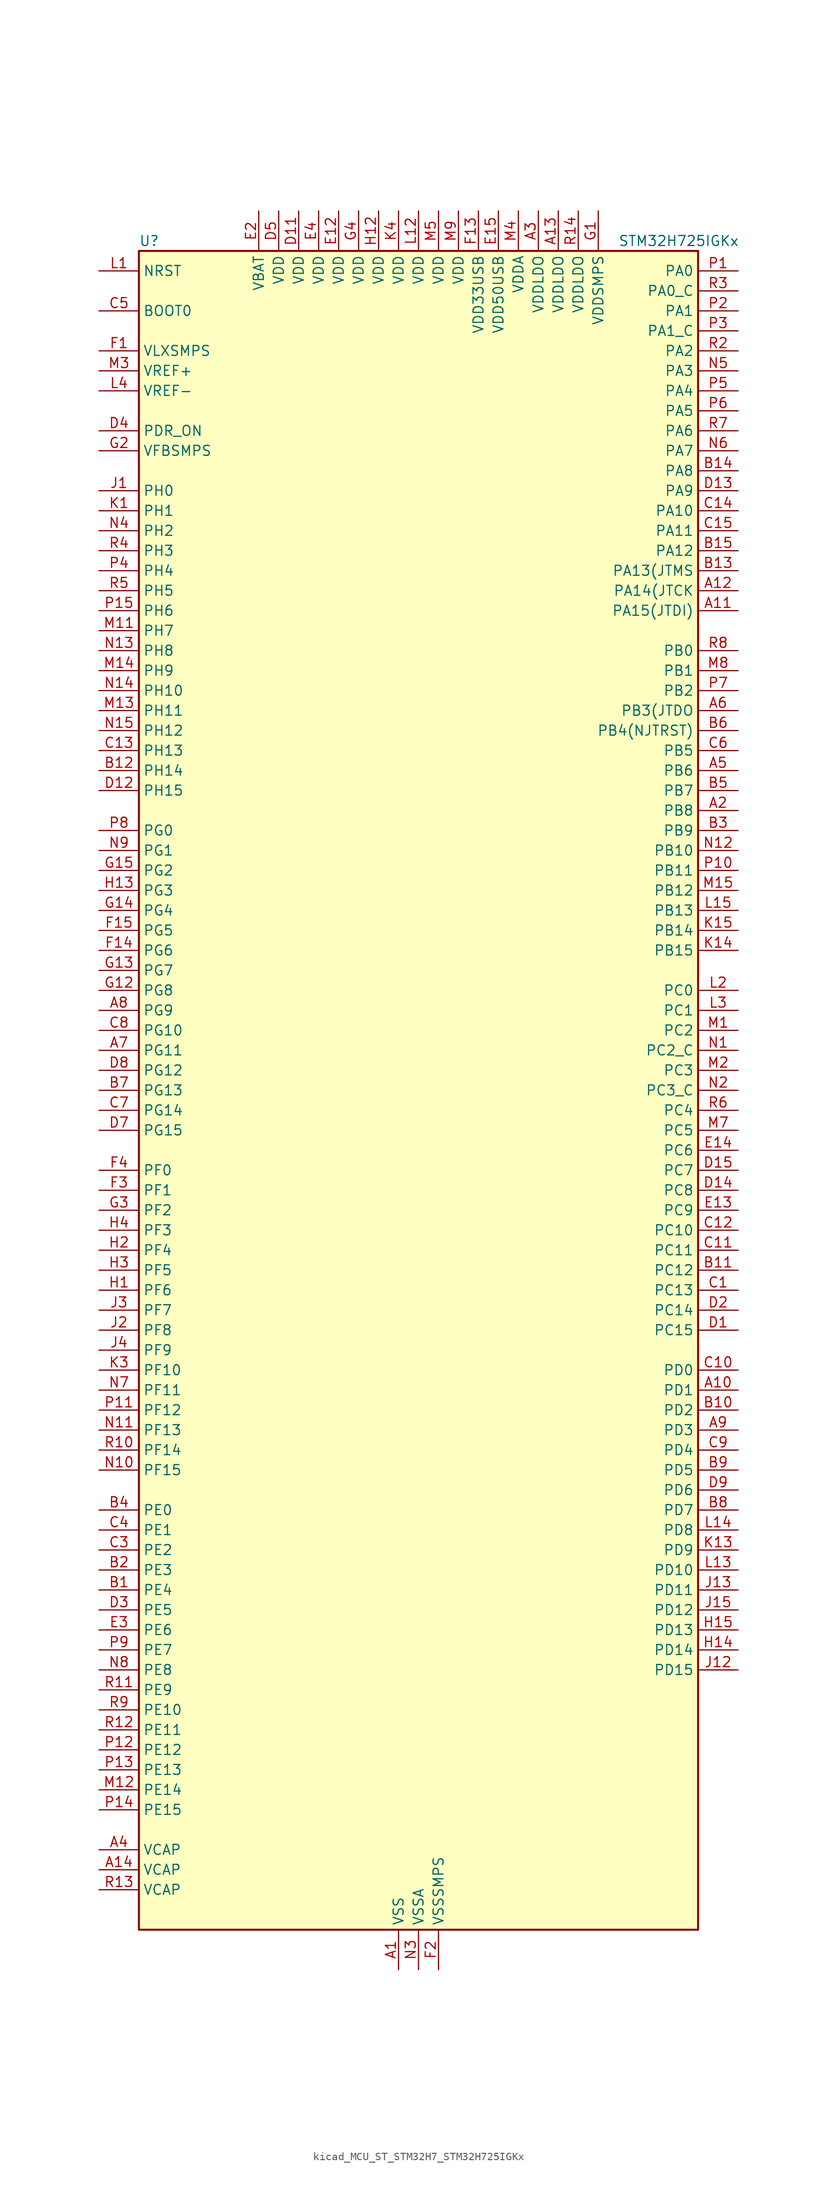
<source format=kicad_sym>
(kicad_symbol_lib
  (version 20220914)
  (generator kicad_symbol_editor)
  (symbol "kicad_MCU_ST_STM32H7_STM32H725IGKx"
    (property "Reference" "U"
      (at -35.56 107.95 0)
      (effects (font (size 1.27 1.27)) (justify left)))
    (property "Value" "STM32H725IGKx"
      (at 25.4 107.95 0)
      (effects (font (size 1.27 1.27)) (justify left)))
    (property "ki_locked" ""
      (at 0 0 0)
      (effects (font (size 1.27 1.27))))
    (symbol "kicad_MCU_ST_STM32H7_STM32H725IGKx_0_1"
      (rectangle (start -35.56 -106.68) (end 35.56 106.68) (stroke (width 0.254) (type default)) (fill (type background))))
    (symbol "kicad_MCU_ST_STM32H7_STM32H725IGKx_1_1"
      (pin power_in line (at -2.54 -111.76 90) (length 5.08) (name "VSS" (effects (font (size 1.27 1.27)))) (number "A1" (effects (font (size 1.27 1.27)))))
      (pin bidirectional line (at 40.64 -38.1 180) (length 5.08) (name "PD1" (effects (font (size 1.27 1.27)))) (number "A10" (effects (font (size 1.27 1.27)))) (alternate "DFSDM1_DATIN6" bidirectional line) (alternate "FDCAN1_TX" bidirectional line) (alternate "FMC_D3" bidirectional line) (alternate "FMC_DA3" bidirectional line) (alternate "UART4_TX" bidirectional line))
      (pin bidirectional line (at 40.64 60.96 180) (length 5.08) (name "PA15(JTDI)" (effects (font (size 1.27 1.27)))) (number "A11" (effects (font (size 1.27 1.27)))) (alternate "ADC1_EXTI15" bidirectional line) (alternate "ADC2_EXTI15" bidirectional line) (alternate "ADC3_EXTI15" bidirectional line) (alternate "CEC" bidirectional line) (alternate "DEBUG_JTDI" bidirectional line) (alternate "I2S1_WS" bidirectional line) (alternate "I2S3_WS" bidirectional line) (alternate "I2S6_WS" bidirectional line) (alternate "LTDC_B6" bidirectional line) (alternate "LTDC_R3" bidirectional line) (alternate "SPI1_NSS" bidirectional line) (alternate "SPI3_NSS" bidirectional line) (alternate "SPI6_NSS" bidirectional line) (alternate "TIM2_CH1" bidirectional line) (alternate "TIM2_ETR" bidirectional line) (alternate "UART4_DE" bidirectional line) (alternate "UART4_RTS" bidirectional line) (alternate "UART7_TX" bidirectional line))
      (pin bidirectional line (at 40.64 63.5 180) (length 5.08) (name "PA14(JTCK" (effects (font (size 1.27 1.27)))) (number "A12" (effects (font (size 1.27 1.27)))) (alternate "DEBUG_JTCK-SWCLK" bidirectional line))
      (pin power_in line (at 17.78 111.76 270) (length 5.08) (name "VDDLDO" (effects (font (size 1.27 1.27)))) (number "A13" (effects (font (size 1.27 1.27)))))
      (pin power_out line (at -40.64 -99.06 0) (length 5.08) (name "VCAP" (effects (font (size 1.27 1.27)))) (number "A14" (effects (font (size 1.27 1.27)))))
      (pin passive line (at -2.54 -111.76 90) (length 5.08) hide (name "VSS" (effects (font (size 1.27 1.27)))) (number "A15" (effects (font (size 1.27 1.27)))))
      (pin bidirectional line (at 40.64 35.56 180) (length 5.08) (name "PB8" (effects (font (size 1.27 1.27)))) (number "A2" (effects (font (size 1.27 1.27)))) (alternate "DCMI_D6" bidirectional line) (alternate "DFSDM1_CKIN7" bidirectional line) (alternate "ETH_TXD3" bidirectional line) (alternate "FDCAN1_RX" bidirectional line) (alternate "I2C1_SCL" bidirectional line) (alternate "I2C4_SCL" bidirectional line) (alternate "LTDC_B6" bidirectional line) (alternate "PSSI_D6" bidirectional line) (alternate "SDMMC1_CKIN" bidirectional line) (alternate "SDMMC1_D4" bidirectional line) (alternate "SDMMC2_D4" bidirectional line) (alternate "TIM16_CH1" bidirectional line) (alternate "TIM4_CH3" bidirectional line) (alternate "UART4_RX" bidirectional line))
      (pin power_in line (at 15.24 111.76 270) (length 5.08) (name "VDDLDO" (effects (font (size 1.27 1.27)))) (number "A3" (effects (font (size 1.27 1.27)))))
      (pin power_out line (at -40.64 -96.52 0) (length 5.08) (name "VCAP" (effects (font (size 1.27 1.27)))) (number "A4" (effects (font (size 1.27 1.27)))))
      (pin bidirectional line (at 40.64 40.64 180) (length 5.08) (name "PB6" (effects (font (size 1.27 1.27)))) (number "A5" (effects (font (size 1.27 1.27)))) (alternate "CEC" bidirectional line) (alternate "DCMI_D5" bidirectional line) (alternate "DFSDM1_DATIN5" bidirectional line) (alternate "FDCAN2_TX" bidirectional line) (alternate "FMC_SDNE1" bidirectional line) (alternate "I2C1_SCL" bidirectional line) (alternate "I2C4_SCL" bidirectional line) (alternate "LPUART1_TX" bidirectional line) (alternate "OCTOSPIM_P1_NCS" bidirectional line) (alternate "PSSI_D5" bidirectional line) (alternate "TIM16_CH1N" bidirectional line) (alternate "TIM4_CH1" bidirectional line) (alternate "UART5_TX" bidirectional line) (alternate "USART1_TX" bidirectional line))
      (pin bidirectional line (at 40.64 48.26 180) (length 5.08) (name "PB3(JTDO" (effects (font (size 1.27 1.27)))) (number "A6" (effects (font (size 1.27 1.27)))) (alternate "CRS_SYNC" bidirectional line) (alternate "DEBUG_JTDO-SWO" bidirectional line) (alternate "I2S1_CK" bidirectional line) (alternate "I2S3_CK" bidirectional line) (alternate "I2S6_CK" bidirectional line) (alternate "SDMMC2_D2" bidirectional line) (alternate "SPI1_SCK" bidirectional line) (alternate "SPI3_SCK" bidirectional line) (alternate "SPI6_SCK" bidirectional line) (alternate "TIM24_ETR" bidirectional line) (alternate "TIM2_CH2" bidirectional line) (alternate "UART7_RX" bidirectional line))
      (pin bidirectional line (at -40.64 5.08 0) (length 5.08) (name "PG11" (effects (font (size 1.27 1.27)))) (number "A7" (effects (font (size 1.27 1.27)))) (alternate "ADC1_EXTI11" bidirectional line) (alternate "ADC2_EXTI11" bidirectional line) (alternate "ADC3_EXTI11" bidirectional line) (alternate "DCMI_D3" bidirectional line) (alternate "ETH_TX_EN" bidirectional line) (alternate "I2S1_CK" bidirectional line) (alternate "LPTIM1_IN2" bidirectional line) (alternate "LTDC_B3" bidirectional line) (alternate "OCTOSPIM_P2_IO7" bidirectional line) (alternate "PSSI_D3" bidirectional line) (alternate "SDMMC2_D2" bidirectional line) (alternate "SPDIFRX1_IN0" bidirectional line) (alternate "SPI1_SCK" bidirectional line) (alternate "USART10_RX" bidirectional line))
      (pin bidirectional line (at -40.64 10.16 0) (length 5.08) (name "PG9" (effects (font (size 1.27 1.27)))) (number "A8" (effects (font (size 1.27 1.27)))) (alternate "DAC1_EXTI9" bidirectional line) (alternate "DCMI_VSYNC" bidirectional line) (alternate "FDCAN3_TX" bidirectional line) (alternate "FMC_NCE" bidirectional line) (alternate "FMC_NE2" bidirectional line) (alternate "I2S1_SDI" bidirectional line) (alternate "OCTOSPIM_P1_IO6" bidirectional line) (alternate "PSSI_RDY" bidirectional line) (alternate "SAI4_FS_B" bidirectional line) (alternate "SDMMC2_D0" bidirectional line) (alternate "SPDIFRX1_IN3" bidirectional line) (alternate "SPI1_MISO" bidirectional line) (alternate "USART6_RX" bidirectional line))
      (pin bidirectional line (at 40.64 -43.18 180) (length 5.08) (name "PD3" (effects (font (size 1.27 1.27)))) (number "A9" (effects (font (size 1.27 1.27)))) (alternate "DCMI_D5" bidirectional line) (alternate "DFSDM1_CKOUT" bidirectional line) (alternate "FMC_CLK" bidirectional line) (alternate "I2S2_CK" bidirectional line) (alternate "LTDC_G7" bidirectional line) (alternate "PSSI_D5" bidirectional line) (alternate "SPI2_SCK" bidirectional line) (alternate "USART2_CTS" bidirectional line) (alternate "USART2_NSS" bidirectional line))
      (pin bidirectional line (at -40.64 -63.5 0) (length 5.08) (name "PE4" (effects (font (size 1.27 1.27)))) (number "B1" (effects (font (size 1.27 1.27)))) (alternate "DCMI_D4" bidirectional line) (alternate "DEBUG_TRACED1" bidirectional line) (alternate "DFSDM1_DATIN3" bidirectional line) (alternate "FMC_A20" bidirectional line) (alternate "LTDC_B0" bidirectional line) (alternate "PSSI_D4" bidirectional line) (alternate "SAI1_D2" bidirectional line) (alternate "SAI1_FS_A" bidirectional line) (alternate "SAI4_D2" bidirectional line) (alternate "SAI4_FS_A" bidirectional line) (alternate "SPI4_NSS" bidirectional line) (alternate "TIM15_CH1N" bidirectional line))
      (pin bidirectional line (at 40.64 -40.64 180) (length 5.08) (name "PD2" (effects (font (size 1.27 1.27)))) (number "B10" (effects (font (size 1.27 1.27)))) (alternate "DCMI_D11" bidirectional line) (alternate "DEBUG_TRACED2" bidirectional line) (alternate "FMC_D7" bidirectional line) (alternate "FMC_DA7" bidirectional line) (alternate "LTDC_B2" bidirectional line) (alternate "LTDC_B7" bidirectional line) (alternate "PSSI_D11" bidirectional line) (alternate "SDMMC1_CMD" bidirectional line) (alternate "TIM15_BKIN" bidirectional line) (alternate "TIM3_ETR" bidirectional line) (alternate "UART5_RX" bidirectional line))
      (pin bidirectional line (at 40.64 -22.86 180) (length 5.08) (name "PC12" (effects (font (size 1.27 1.27)))) (number "B11" (effects (font (size 1.27 1.27)))) (alternate "DCMI_D9" bidirectional line) (alternate "DEBUG_TRACED3" bidirectional line) (alternate "FMC_D6" bidirectional line) (alternate "FMC_DA6" bidirectional line) (alternate "I2C5_SMBA" bidirectional line) (alternate "I2S3_SDO" bidirectional line) (alternate "I2S6_CK" bidirectional line) (alternate "LTDC_R6" bidirectional line) (alternate "PSSI_D9" bidirectional line) (alternate "SDMMC1_CK" bidirectional line) (alternate "SPI3_MOSI" bidirectional line) (alternate "SPI6_SCK" bidirectional line) (alternate "TIM15_CH1" bidirectional line) (alternate "UART5_TX" bidirectional line) (alternate "USART3_CK" bidirectional line))
      (pin bidirectional line (at -40.64 40.64 0) (length 5.08) (name "PH14" (effects (font (size 1.27 1.27)))) (number "B12" (effects (font (size 1.27 1.27)))) (alternate "DCMI_D4" bidirectional line) (alternate "FDCAN1_RX" bidirectional line) (alternate "FMC_D22" bidirectional line) (alternate "LTDC_G3" bidirectional line) (alternate "PSSI_D4" bidirectional line) (alternate "TIM8_CH2N" bidirectional line) (alternate "UART4_RX" bidirectional line))
      (pin bidirectional line (at 40.64 66.04 180) (length 5.08) (name "PA13(JTMS" (effects (font (size 1.27 1.27)))) (number "B13" (effects (font (size 1.27 1.27)))) (alternate "DEBUG_JTMS-SWDIO" bidirectional line))
      (pin bidirectional line (at 40.64 78.74 180) (length 5.08) (name "PA8" (effects (font (size 1.27 1.27)))) (number "B14" (effects (font (size 1.27 1.27)))) (alternate "I2C3_SCL" bidirectional line) (alternate "I2C5_SCL" bidirectional line) (alternate "LTDC_B3" bidirectional line) (alternate "LTDC_R6" bidirectional line) (alternate "RCC_MCO_1" bidirectional line) (alternate "TIM1_CH1" bidirectional line) (alternate "TIM8_BKIN2" bidirectional line) (alternate "TIM8_BKIN2_COMP1" bidirectional line) (alternate "TIM8_BKIN2_COMP2" bidirectional line) (alternate "UART7_RX" bidirectional line) (alternate "USART1_CK" bidirectional line) (alternate "USB_OTG_HS_SOF" bidirectional line))
      (pin bidirectional line (at 40.64 68.58 180) (length 5.08) (name "PA12" (effects (font (size 1.27 1.27)))) (number "B15" (effects (font (size 1.27 1.27)))) (alternate "FDCAN1_TX" bidirectional line) (alternate "I2S2_CK" bidirectional line) (alternate "LPUART1_DE" bidirectional line) (alternate "LPUART1_RTS" bidirectional line) (alternate "LTDC_R5" bidirectional line) (alternate "SAI4_FS_B" bidirectional line) (alternate "SPI2_SCK" bidirectional line) (alternate "TIM1_BKIN2" bidirectional line) (alternate "TIM1_ETR" bidirectional line) (alternate "UART4_TX" bidirectional line) (alternate "USART1_DE" bidirectional line) (alternate "USART1_RTS" bidirectional line) (alternate "USB_OTG_HS_DP" bidirectional line))
      (pin bidirectional line (at -40.64 -60.96 0) (length 5.08) (name "PE3" (effects (font (size 1.27 1.27)))) (number "B2" (effects (font (size 1.27 1.27)))) (alternate "DEBUG_TRACED0" bidirectional line) (alternate "FMC_A19" bidirectional line) (alternate "SAI1_SD_B" bidirectional line) (alternate "SAI4_SD_B" bidirectional line) (alternate "TIM15_BKIN" bidirectional line) (alternate "USART10_TX" bidirectional line))
      (pin bidirectional line (at 40.64 33.02 180) (length 5.08) (name "PB9" (effects (font (size 1.27 1.27)))) (number "B3" (effects (font (size 1.27 1.27)))) (alternate "DAC1_EXTI9" bidirectional line) (alternate "DCMI_D7" bidirectional line) (alternate "DFSDM1_DATIN7" bidirectional line) (alternate "FDCAN1_TX" bidirectional line) (alternate "I2C1_SDA" bidirectional line) (alternate "I2C4_SDA" bidirectional line) (alternate "I2C4_SMBA" bidirectional line) (alternate "I2S2_WS" bidirectional line) (alternate "LTDC_B7" bidirectional line) (alternate "PSSI_D7" bidirectional line) (alternate "SDMMC1_CDIR" bidirectional line) (alternate "SDMMC1_D5" bidirectional line) (alternate "SDMMC2_D5" bidirectional line) (alternate "SPI2_NSS" bidirectional line) (alternate "TIM17_CH1" bidirectional line) (alternate "TIM4_CH4" bidirectional line) (alternate "UART4_TX" bidirectional line))
      (pin bidirectional line (at -40.64 -53.34 0) (length 5.08) (name "PE0" (effects (font (size 1.27 1.27)))) (number "B4" (effects (font (size 1.27 1.27)))) (alternate "DCMI_D2" bidirectional line) (alternate "FMC_NBL0" bidirectional line) (alternate "LPTIM1_ETR" bidirectional line) (alternate "LPTIM2_ETR" bidirectional line) (alternate "LTDC_R0" bidirectional line) (alternate "PSSI_D2" bidirectional line) (alternate "SAI4_MCLK_A" bidirectional line) (alternate "TIM4_ETR" bidirectional line) (alternate "UART8_RX" bidirectional line))
      (pin bidirectional line (at 40.64 38.1 180) (length 5.08) (name "PB7" (effects (font (size 1.27 1.27)))) (number "B5" (effects (font (size 1.27 1.27)))) (alternate "DCMI_VSYNC" bidirectional line) (alternate "DFSDM1_CKIN5" bidirectional line) (alternate "FMC_NL" bidirectional line) (alternate "I2C1_SDA" bidirectional line) (alternate "I2C4_SDA" bidirectional line) (alternate "LPUART1_RX" bidirectional line) (alternate "PSSI_RDY" bidirectional line) (alternate "PWR_PVD_IN" bidirectional line) (alternate "TIM17_CH1N" bidirectional line) (alternate "TIM4_CH2" bidirectional line) (alternate "USART1_RX" bidirectional line))
      (pin bidirectional line (at 40.64 45.72 180) (length 5.08) (name "PB4(NJTRST)" (effects (font (size 1.27 1.27)))) (number "B6" (effects (font (size 1.27 1.27)))) (alternate "DEBUG_JTRST" bidirectional line) (alternate "I2S1_SDI" bidirectional line) (alternate "I2S2_WS" bidirectional line) (alternate "I2S3_SDI" bidirectional line) (alternate "I2S6_SDI" bidirectional line) (alternate "SDMMC2_D3" bidirectional line) (alternate "SPI1_MISO" bidirectional line) (alternate "SPI2_NSS" bidirectional line) (alternate "SPI3_MISO" bidirectional line) (alternate "SPI6_MISO" bidirectional line) (alternate "TIM16_BKIN" bidirectional line) (alternate "TIM3_CH1" bidirectional line) (alternate "UART7_TX" bidirectional line))
      (pin bidirectional line (at -40.64 0 0) (length 5.08) (name "PG13" (effects (font (size 1.27 1.27)))) (number "B7" (effects (font (size 1.27 1.27)))) (alternate "DEBUG_TRACED0" bidirectional line) (alternate "ETH_TXD0" bidirectional line) (alternate "FMC_A24" bidirectional line) (alternate "I2S6_CK" bidirectional line) (alternate "LPTIM1_OUT" bidirectional line) (alternate "LTDC_R0" bidirectional line) (alternate "SDMMC2_D6" bidirectional line) (alternate "SPI6_SCK" bidirectional line) (alternate "TIM23_CH2" bidirectional line) (alternate "USART10_CTS" bidirectional line) (alternate "USART10_NSS" bidirectional line) (alternate "USART6_CTS" bidirectional line) (alternate "USART6_NSS" bidirectional line))
      (pin bidirectional line (at 40.64 -53.34 180) (length 5.08) (name "PD7" (effects (font (size 1.27 1.27)))) (number "B8" (effects (font (size 1.27 1.27)))) (alternate "DFSDM1_CKIN1" bidirectional line) (alternate "DFSDM1_DATIN4" bidirectional line) (alternate "FMC_NE1" bidirectional line) (alternate "I2S1_SDO" bidirectional line) (alternate "OCTOSPIM_P1_IO7" bidirectional line) (alternate "SDMMC2_CMD" bidirectional line) (alternate "SPDIFRX1_IN0" bidirectional line) (alternate "SPI1_MOSI" bidirectional line) (alternate "USART2_CK" bidirectional line))
      (pin bidirectional line (at 40.64 -48.26 180) (length 5.08) (name "PD5" (effects (font (size 1.27 1.27)))) (number "B9" (effects (font (size 1.27 1.27)))) (alternate "FMC_NWE" bidirectional line) (alternate "OCTOSPIM_P1_IO5" bidirectional line) (alternate "USART2_TX" bidirectional line))
      (pin bidirectional line (at 40.64 -25.4 180) (length 5.08) (name "PC13" (effects (font (size 1.27 1.27)))) (number "C1" (effects (font (size 1.27 1.27)))) (alternate "PWR_WKUP4" bidirectional line) (alternate "RTC_OUT_ALARM" bidirectional line) (alternate "RTC_OUT_CALIB" bidirectional line) (alternate "RTC_TAMP1" bidirectional line) (alternate "RTC_TS" bidirectional line))
      (pin bidirectional line (at 40.64 -35.56 180) (length 5.08) (name "PD0" (effects (font (size 1.27 1.27)))) (number "C10" (effects (font (size 1.27 1.27)))) (alternate "DFSDM1_CKIN6" bidirectional line) (alternate "FDCAN1_RX" bidirectional line) (alternate "FMC_D2" bidirectional line) (alternate "FMC_DA2" bidirectional line) (alternate "LTDC_B1" bidirectional line) (alternate "UART4_RX" bidirectional line) (alternate "UART9_CTS" bidirectional line))
      (pin bidirectional line (at 40.64 -20.32 180) (length 5.08) (name "PC11" (effects (font (size 1.27 1.27)))) (number "C11" (effects (font (size 1.27 1.27)))) (alternate "ADC1_EXTI11" bidirectional line) (alternate "ADC2_EXTI11" bidirectional line) (alternate "ADC3_EXTI11" bidirectional line) (alternate "DCMI_D4" bidirectional line) (alternate "DFSDM1_DATIN5" bidirectional line) (alternate "I2C5_SCL" bidirectional line) (alternate "I2S3_SDI" bidirectional line) (alternate "LTDC_B4" bidirectional line) (alternate "OCTOSPIM_P1_NCS" bidirectional line) (alternate "PSSI_D4" bidirectional line) (alternate "SDMMC1_D3" bidirectional line) (alternate "SPI3_MISO" bidirectional line) (alternate "UART4_RX" bidirectional line) (alternate "USART3_RX" bidirectional line))
      (pin bidirectional line (at 40.64 -17.78 180) (length 5.08) (name "PC10" (effects (font (size 1.27 1.27)))) (number "C12" (effects (font (size 1.27 1.27)))) (alternate "DCMI_D8" bidirectional line) (alternate "DFSDM1_CKIN5" bidirectional line) (alternate "I2C5_SDA" bidirectional line) (alternate "I2S3_CK" bidirectional line) (alternate "LTDC_B1" bidirectional line) (alternate "LTDC_R2" bidirectional line) (alternate "OCTOSPIM_P1_IO1" bidirectional line) (alternate "PSSI_D8" bidirectional line) (alternate "SDMMC1_D2" bidirectional line) (alternate "SPI3_SCK" bidirectional line) (alternate "SWPMI1_RX" bidirectional line) (alternate "UART4_TX" bidirectional line) (alternate "USART3_TX" bidirectional line))
      (pin bidirectional line (at -40.64 43.18 0) (length 5.08) (name "PH13" (effects (font (size 1.27 1.27)))) (number "C13" (effects (font (size 1.27 1.27)))) (alternate "FDCAN1_TX" bidirectional line) (alternate "FMC_D21" bidirectional line) (alternate "LTDC_G2" bidirectional line) (alternate "TIM8_CH1N" bidirectional line) (alternate "UART4_TX" bidirectional line))
      (pin bidirectional line (at 40.64 73.66 180) (length 5.08) (name "PA10" (effects (font (size 1.27 1.27)))) (number "C14" (effects (font (size 1.27 1.27)))) (alternate "DCMI_D1" bidirectional line) (alternate "LPUART1_RX" bidirectional line) (alternate "LTDC_B1" bidirectional line) (alternate "LTDC_B4" bidirectional line) (alternate "MDIOS_MDIO" bidirectional line) (alternate "PSSI_D1" bidirectional line) (alternate "TIM1_CH3" bidirectional line) (alternate "USART1_RX" bidirectional line) (alternate "USB_OTG_HS_ID" bidirectional line))
      (pin bidirectional line (at 40.64 71.12 180) (length 5.08) (name "PA11" (effects (font (size 1.27 1.27)))) (number "C15" (effects (font (size 1.27 1.27)))) (alternate "ADC1_EXTI11" bidirectional line) (alternate "ADC2_EXTI11" bidirectional line) (alternate "ADC3_EXTI11" bidirectional line) (alternate "FDCAN1_RX" bidirectional line) (alternate "I2S2_WS" bidirectional line) (alternate "LPUART1_CTS" bidirectional line) (alternate "LTDC_R4" bidirectional line) (alternate "SPI2_NSS" bidirectional line) (alternate "TIM1_CH4" bidirectional line) (alternate "UART4_RX" bidirectional line) (alternate "USART1_CTS" bidirectional line) (alternate "USART1_NSS" bidirectional line) (alternate "USB_OTG_HS_DM" bidirectional line))
      (pin passive line (at -2.54 -111.76 90) (length 5.08) hide (name "VSS" (effects (font (size 1.27 1.27)))) (number "C2" (effects (font (size 1.27 1.27)))))
      (pin bidirectional line (at -40.64 -58.42 0) (length 5.08) (name "PE2" (effects (font (size 1.27 1.27)))) (number "C3" (effects (font (size 1.27 1.27)))) (alternate "DEBUG_TRACECLK" bidirectional line) (alternate "ETH_TXD3" bidirectional line) (alternate "FMC_A23" bidirectional line) (alternate "OCTOSPIM_P1_IO2" bidirectional line) (alternate "SAI1_CK1" bidirectional line) (alternate "SAI1_MCLK_A" bidirectional line) (alternate "SAI4_CK1" bidirectional line) (alternate "SAI4_MCLK_A" bidirectional line) (alternate "SPI4_SCK" bidirectional line) (alternate "USART10_RX" bidirectional line))
      (pin bidirectional line (at -40.64 -55.88 0) (length 5.08) (name "PE1" (effects (font (size 1.27 1.27)))) (number "C4" (effects (font (size 1.27 1.27)))) (alternate "DCMI_D3" bidirectional line) (alternate "FMC_NBL1" bidirectional line) (alternate "LPTIM1_IN2" bidirectional line) (alternate "LTDC_R6" bidirectional line) (alternate "PSSI_D3" bidirectional line) (alternate "UART8_TX" bidirectional line))
      (pin input line (at -40.64 99.06 0) (length 5.08) (name "BOOT0" (effects (font (size 1.27 1.27)))) (number "C5" (effects (font (size 1.27 1.27)))))
      (pin bidirectional line (at 40.64 43.18 180) (length 5.08) (name "PB5" (effects (font (size 1.27 1.27)))) (number "C6" (effects (font (size 1.27 1.27)))) (alternate "DCMI_D10" bidirectional line) (alternate "ETH_PPS_OUT" bidirectional line) (alternate "FDCAN2_RX" bidirectional line) (alternate "FMC_SDCKE1" bidirectional line) (alternate "I2C1_SMBA" bidirectional line) (alternate "I2C4_SMBA" bidirectional line) (alternate "I2S1_SDO" bidirectional line) (alternate "I2S3_SDO" bidirectional line) (alternate "I2S6_SDO" bidirectional line) (alternate "LTDC_B5" bidirectional line) (alternate "PSSI_D10" bidirectional line) (alternate "SPI1_MOSI" bidirectional line) (alternate "SPI3_MOSI" bidirectional line) (alternate "SPI6_MOSI" bidirectional line) (alternate "TIM17_BKIN" bidirectional line) (alternate "TIM3_CH2" bidirectional line) (alternate "UART5_RX" bidirectional line) (alternate "USB_OTG_HS_ULPI_D7" bidirectional line))
      (pin bidirectional line (at -40.64 -2.54 0) (length 5.08) (name "PG14" (effects (font (size 1.27 1.27)))) (number "C7" (effects (font (size 1.27 1.27)))) (alternate "DEBUG_TRACED1" bidirectional line) (alternate "ETH_TXD1" bidirectional line) (alternate "FMC_A25" bidirectional line) (alternate "I2S6_SDO" bidirectional line) (alternate "LPTIM1_ETR" bidirectional line) (alternate "LTDC_B0" bidirectional line) (alternate "OCTOSPIM_P1_IO7" bidirectional line) (alternate "SDMMC2_D7" bidirectional line) (alternate "SPI6_MOSI" bidirectional line) (alternate "TIM23_CH3" bidirectional line) (alternate "USART10_DE" bidirectional line) (alternate "USART10_RTS" bidirectional line) (alternate "USART6_TX" bidirectional line))
      (pin bidirectional line (at -40.64 7.62 0) (length 5.08) (name "PG10" (effects (font (size 1.27 1.27)))) (number "C8" (effects (font (size 1.27 1.27)))) (alternate "DCMI_D2" bidirectional line) (alternate "FDCAN3_RX" bidirectional line) (alternate "FMC_NE3" bidirectional line) (alternate "I2S1_WS" bidirectional line) (alternate "LTDC_B2" bidirectional line) (alternate "LTDC_G3" bidirectional line) (alternate "OCTOSPIM_P2_IO6" bidirectional line) (alternate "PSSI_D2" bidirectional line) (alternate "SAI4_SD_B" bidirectional line) (alternate "SDMMC2_D1" bidirectional line) (alternate "SPI1_NSS" bidirectional line))
      (pin bidirectional line (at 40.64 -45.72 180) (length 5.08) (name "PD4" (effects (font (size 1.27 1.27)))) (number "C9" (effects (font (size 1.27 1.27)))) (alternate "FMC_NOE" bidirectional line) (alternate "OCTOSPIM_P1_IO4" bidirectional line) (alternate "USART2_DE" bidirectional line) (alternate "USART2_RTS" bidirectional line))
      (pin bidirectional line (at 40.64 -30.48 180) (length 5.08) (name "PC15" (effects (font (size 1.27 1.27)))) (number "D1" (effects (font (size 1.27 1.27)))) (alternate "ADC1_EXTI15" bidirectional line) (alternate "ADC2_EXTI15" bidirectional line) (alternate "ADC3_EXTI15" bidirectional line) (alternate "RCC_OSC32_OUT" bidirectional line))
      (pin passive line (at -2.54 -111.76 90) (length 5.08) hide (name "VSS" (effects (font (size 1.27 1.27)))) (number "D10" (effects (font (size 1.27 1.27)))))
      (pin power_in line (at -15.24 111.76 270) (length 5.08) (name "VDD" (effects (font (size 1.27 1.27)))) (number "D11" (effects (font (size 1.27 1.27)))))
      (pin bidirectional line (at -40.64 38.1 0) (length 5.08) (name "PH15" (effects (font (size 1.27 1.27)))) (number "D12" (effects (font (size 1.27 1.27)))) (alternate "ADC1_EXTI15" bidirectional line) (alternate "ADC2_EXTI15" bidirectional line) (alternate "ADC3_EXTI15" bidirectional line) (alternate "DCMI_D11" bidirectional line) (alternate "FMC_D23" bidirectional line) (alternate "LTDC_G4" bidirectional line) (alternate "PSSI_D11" bidirectional line) (alternate "TIM8_CH3N" bidirectional line))
      (pin bidirectional line (at 40.64 76.2 180) (length 5.08) (name "PA9" (effects (font (size 1.27 1.27)))) (number "D13" (effects (font (size 1.27 1.27)))) (alternate "DAC1_EXTI9" bidirectional line) (alternate "DCMI_D0" bidirectional line) (alternate "ETH_TX_ER" bidirectional line) (alternate "I2C3_SMBA" bidirectional line) (alternate "I2C5_SMBA" bidirectional line) (alternate "I2S2_CK" bidirectional line) (alternate "LPUART1_TX" bidirectional line) (alternate "LTDC_R5" bidirectional line) (alternate "PSSI_D0" bidirectional line) (alternate "SPI2_SCK" bidirectional line) (alternate "TIM1_CH2" bidirectional line) (alternate "USART1_TX" bidirectional line) (alternate "USB_OTG_HS_VBUS" bidirectional line))
      (pin bidirectional line (at 40.64 -12.7 180) (length 5.08) (name "PC8" (effects (font (size 1.27 1.27)))) (number "D14" (effects (font (size 1.27 1.27)))) (alternate "DCMI_D2" bidirectional line) (alternate "DEBUG_TRACED1" bidirectional line) (alternate "FMC_INT" bidirectional line) (alternate "FMC_NCE" bidirectional line) (alternate "FMC_NE2" bidirectional line) (alternate "PSSI_D2" bidirectional line) (alternate "SDMMC1_D0" bidirectional line) (alternate "SWPMI1_RX" bidirectional line) (alternate "TIM3_CH3" bidirectional line) (alternate "TIM8_CH3" bidirectional line) (alternate "UART5_DE" bidirectional line) (alternate "UART5_RTS" bidirectional line) (alternate "USART6_CK" bidirectional line))
      (pin bidirectional line (at 40.64 -10.16 180) (length 5.08) (name "PC7" (effects (font (size 1.27 1.27)))) (number "D15" (effects (font (size 1.27 1.27)))) (alternate "DCMI_D1" bidirectional line) (alternate "DEBUG_TRGIO" bidirectional line) (alternate "DFSDM1_DATIN3" bidirectional line) (alternate "FMC_NE1" bidirectional line) (alternate "I2S3_MCK" bidirectional line) (alternate "LTDC_G6" bidirectional line) (alternate "PSSI_D1" bidirectional line) (alternate "SDMMC1_D123DIR" bidirectional line) (alternate "SDMMC1_D7" bidirectional line) (alternate "SDMMC2_D7" bidirectional line) (alternate "SWPMI1_TX" bidirectional line) (alternate "TIM3_CH2" bidirectional line) (alternate "TIM8_CH2" bidirectional line) (alternate "USART6_RX" bidirectional line))
      (pin bidirectional line (at 40.64 -27.94 180) (length 5.08) (name "PC14" (effects (font (size 1.27 1.27)))) (number "D2" (effects (font (size 1.27 1.27)))) (alternate "RCC_OSC32_IN" bidirectional line))
      (pin bidirectional line (at -40.64 -66.04 0) (length 5.08) (name "PE5" (effects (font (size 1.27 1.27)))) (number "D3" (effects (font (size 1.27 1.27)))) (alternate "DCMI_D6" bidirectional line) (alternate "DEBUG_TRACED2" bidirectional line) (alternate "DFSDM1_CKIN3" bidirectional line) (alternate "FMC_A21" bidirectional line) (alternate "LTDC_G0" bidirectional line) (alternate "PSSI_D6" bidirectional line) (alternate "SAI1_CK2" bidirectional line) (alternate "SAI1_SCK_A" bidirectional line) (alternate "SAI4_CK2" bidirectional line) (alternate "SAI4_SCK_A" bidirectional line) (alternate "SPI4_MISO" bidirectional line) (alternate "TIM15_CH1" bidirectional line))
      (pin input line (at -40.64 83.82 0) (length 5.08) (name "PDR_ON" (effects (font (size 1.27 1.27)))) (number "D4" (effects (font (size 1.27 1.27)))))
      (pin power_in line (at -17.78 111.76 270) (length 5.08) (name "VDD" (effects (font (size 1.27 1.27)))) (number "D5" (effects (font (size 1.27 1.27)))))
      (pin passive line (at -2.54 -111.76 90) (length 5.08) hide (name "VSS" (effects (font (size 1.27 1.27)))) (number "D6" (effects (font (size 1.27 1.27)))))
      (pin bidirectional line (at -40.64 -5.08 0) (length 5.08) (name "PG15" (effects (font (size 1.27 1.27)))) (number "D7" (effects (font (size 1.27 1.27)))) (alternate "ADC1_EXTI15" bidirectional line) (alternate "ADC2_EXTI15" bidirectional line) (alternate "ADC3_EXTI15" bidirectional line) (alternate "DCMI_D13" bidirectional line) (alternate "FMC_SDNCAS" bidirectional line) (alternate "OCTOSPIM_P2_DQS" bidirectional line) (alternate "PSSI_D13" bidirectional line) (alternate "USART10_CK" bidirectional line) (alternate "USART6_CTS" bidirectional line) (alternate "USART6_NSS" bidirectional line))
      (pin bidirectional line (at -40.64 2.54 0) (length 5.08) (name "PG12" (effects (font (size 1.27 1.27)))) (number "D8" (effects (font (size 1.27 1.27)))) (alternate "ETH_TXD1" bidirectional line) (alternate "FMC_NE4" bidirectional line) (alternate "I2S6_SDI" bidirectional line) (alternate "LPTIM1_IN1" bidirectional line) (alternate "LTDC_B1" bidirectional line) (alternate "LTDC_B4" bidirectional line) (alternate "OCTOSPIM_P2_NCS" bidirectional line) (alternate "SDMMC2_D3" bidirectional line) (alternate "SPDIFRX1_IN1" bidirectional line) (alternate "SPI6_MISO" bidirectional line) (alternate "TIM23_CH1" bidirectional line) (alternate "USART10_TX" bidirectional line) (alternate "USART6_DE" bidirectional line) (alternate "USART6_RTS" bidirectional line))
      (pin bidirectional line (at 40.64 -50.8 180) (length 5.08) (name "PD6" (effects (font (size 1.27 1.27)))) (number "D9" (effects (font (size 1.27 1.27)))) (alternate "DCMI_D10" bidirectional line) (alternate "DFSDM1_CKIN4" bidirectional line) (alternate "DFSDM1_DATIN1" bidirectional line) (alternate "FMC_NWAIT" bidirectional line) (alternate "I2S3_SDO" bidirectional line) (alternate "LTDC_B2" bidirectional line) (alternate "OCTOSPIM_P1_IO6" bidirectional line) (alternate "PSSI_D10" bidirectional line) (alternate "SAI1_D1" bidirectional line) (alternate "SAI1_SD_A" bidirectional line) (alternate "SAI4_D1" bidirectional line) (alternate "SAI4_SD_A" bidirectional line) (alternate "SDMMC2_CK" bidirectional line) (alternate "SPI3_MOSI" bidirectional line) (alternate "USART2_RX" bidirectional line))
      (pin passive line (at -2.54 -111.76 90) (length 5.08) hide (name "VSS" (effects (font (size 1.27 1.27)))) (number "E1" (effects (font (size 1.27 1.27)))))
      (pin power_in line (at -10.16 111.76 270) (length 5.08) (name "VDD" (effects (font (size 1.27 1.27)))) (number "E12" (effects (font (size 1.27 1.27)))))
      (pin bidirectional line (at 40.64 -15.24 180) (length 5.08) (name "PC9" (effects (font (size 1.27 1.27)))) (number "E13" (effects (font (size 1.27 1.27)))) (alternate "DAC1_EXTI9" bidirectional line) (alternate "DCMI_D3" bidirectional line) (alternate "I2C3_SDA" bidirectional line) (alternate "I2C5_SDA" bidirectional line) (alternate "I2S_CKIN" bidirectional line) (alternate "LTDC_B2" bidirectional line) (alternate "LTDC_G3" bidirectional line) (alternate "OCTOSPIM_P1_IO0" bidirectional line) (alternate "PSSI_D3" bidirectional line) (alternate "RCC_MCO_2" bidirectional line) (alternate "SDMMC1_D1" bidirectional line) (alternate "SWPMI1_SUSPEND" bidirectional line) (alternate "TIM3_CH4" bidirectional line) (alternate "TIM8_CH4" bidirectional line) (alternate "UART5_CTS" bidirectional line))
      (pin bidirectional line (at 40.64 -7.62 180) (length 5.08) (name "PC6" (effects (font (size 1.27 1.27)))) (number "E14" (effects (font (size 1.27 1.27)))) (alternate "DCMI_D0" bidirectional line) (alternate "DFSDM1_CKIN3" bidirectional line) (alternate "FMC_NWAIT" bidirectional line) (alternate "I2S2_MCK" bidirectional line) (alternate "LTDC_HSYNC" bidirectional line) (alternate "PSSI_D0" bidirectional line) (alternate "SDMMC1_D0DIR" bidirectional line) (alternate "SDMMC1_D6" bidirectional line) (alternate "SDMMC2_D6" bidirectional line) (alternate "SWPMI1_IO" bidirectional line) (alternate "TIM3_CH1" bidirectional line) (alternate "TIM8_CH1" bidirectional line) (alternate "USART6_TX" bidirectional line))
      (pin power_in line (at 10.16 111.76 270) (length 5.08) (name "VDD50USB" (effects (font (size 1.27 1.27)))) (number "E15" (effects (font (size 1.27 1.27)))))
      (pin power_in line (at -20.32 111.76 270) (length 5.08) (name "VBAT" (effects (font (size 1.27 1.27)))) (number "E2" (effects (font (size 1.27 1.27)))))
      (pin bidirectional line (at -40.64 -68.58 0) (length 5.08) (name "PE6" (effects (font (size 1.27 1.27)))) (number "E3" (effects (font (size 1.27 1.27)))) (alternate "DCMI_D7" bidirectional line) (alternate "DEBUG_TRACED3" bidirectional line) (alternate "FMC_A22" bidirectional line) (alternate "LTDC_G1" bidirectional line) (alternate "PSSI_D7" bidirectional line) (alternate "SAI1_D1" bidirectional line) (alternate "SAI1_SD_A" bidirectional line) (alternate "SAI4_D1" bidirectional line) (alternate "SAI4_MCLK_B" bidirectional line) (alternate "SAI4_SD_A" bidirectional line) (alternate "SPI4_MOSI" bidirectional line) (alternate "TIM15_CH2" bidirectional line) (alternate "TIM1_BKIN2" bidirectional line) (alternate "TIM1_BKIN2_COMP1" bidirectional line) (alternate "TIM1_BKIN2_COMP2" bidirectional line))
      (pin power_in line (at -12.7 111.76 270) (length 5.08) (name "VDD" (effects (font (size 1.27 1.27)))) (number "E4" (effects (font (size 1.27 1.27)))))
      (pin power_in line (at -40.64 93.98 0) (length 5.08) (name "VLXSMPS" (effects (font (size 1.27 1.27)))) (number "F1" (effects (font (size 1.27 1.27)))))
      (pin passive line (at -2.54 -111.76 90) (length 5.08) hide (name "VSS" (effects (font (size 1.27 1.27)))) (number "F10" (effects (font (size 1.27 1.27)))))
      (pin passive line (at -2.54 -111.76 90) (length 5.08) hide (name "VSS" (effects (font (size 1.27 1.27)))) (number "F12" (effects (font (size 1.27 1.27)))))
      (pin power_in line (at 7.62 111.76 270) (length 5.08) (name "VDD33USB" (effects (font (size 1.27 1.27)))) (number "F13" (effects (font (size 1.27 1.27)))))
      (pin bidirectional line (at -40.64 17.78 0) (length 5.08) (name "PG6" (effects (font (size 1.27 1.27)))) (number "F14" (effects (font (size 1.27 1.27)))) (alternate "DCMI_D12" bidirectional line) (alternate "FMC_NE3" bidirectional line) (alternate "LTDC_R7" bidirectional line) (alternate "OCTOSPIM_P1_NCS" bidirectional line) (alternate "PSSI_D12" bidirectional line) (alternate "TIM17_BKIN" bidirectional line))
      (pin bidirectional line (at -40.64 20.32 0) (length 5.08) (name "PG5" (effects (font (size 1.27 1.27)))) (number "F15" (effects (font (size 1.27 1.27)))) (alternate "FMC_A15" bidirectional line) (alternate "FMC_BA1" bidirectional line) (alternate "TIM1_ETR" bidirectional line))
      (pin power_in line (at 2.54 -111.76 90) (length 5.08) (name "VSSSMPS" (effects (font (size 1.27 1.27)))) (number "F2" (effects (font (size 1.27 1.27)))))
      (pin bidirectional line (at -40.64 -12.7 0) (length 5.08) (name "PF1" (effects (font (size 1.27 1.27)))) (number "F3" (effects (font (size 1.27 1.27)))) (alternate "FMC_A1" bidirectional line) (alternate "I2C2_SCL" bidirectional line) (alternate "I2C5_SCL" bidirectional line) (alternate "OCTOSPIM_P2_IO1" bidirectional line) (alternate "TIM23_CH2" bidirectional line))
      (pin bidirectional line (at -40.64 -10.16 0) (length 5.08) (name "PF0" (effects (font (size 1.27 1.27)))) (number "F4" (effects (font (size 1.27 1.27)))) (alternate "FMC_A0" bidirectional line) (alternate "I2C2_SDA" bidirectional line) (alternate "I2C5_SDA" bidirectional line) (alternate "OCTOSPIM_P2_IO0" bidirectional line) (alternate "TIM23_CH1" bidirectional line))
      (pin passive line (at -2.54 -111.76 90) (length 5.08) hide (name "VSS" (effects (font (size 1.27 1.27)))) (number "F6" (effects (font (size 1.27 1.27)))))
      (pin passive line (at -2.54 -111.76 90) (length 5.08) hide (name "VSS" (effects (font (size 1.27 1.27)))) (number "F7" (effects (font (size 1.27 1.27)))))
      (pin passive line (at -2.54 -111.76 90) (length 5.08) hide (name "VSS" (effects (font (size 1.27 1.27)))) (number "F8" (effects (font (size 1.27 1.27)))))
      (pin passive line (at -2.54 -111.76 90) (length 5.08) hide (name "VSS" (effects (font (size 1.27 1.27)))) (number "F9" (effects (font (size 1.27 1.27)))))
      (pin power_in line (at 22.86 111.76 270) (length 5.08) (name "VDDSMPS" (effects (font (size 1.27 1.27)))) (number "G1" (effects (font (size 1.27 1.27)))))
      (pin passive line (at -2.54 -111.76 90) (length 5.08) hide (name "VSS" (effects (font (size 1.27 1.27)))) (number "G10" (effects (font (size 1.27 1.27)))))
      (pin bidirectional line (at -40.64 12.7 0) (length 5.08) (name "PG8" (effects (font (size 1.27 1.27)))) (number "G12" (effects (font (size 1.27 1.27)))) (alternate "ETH_PPS_OUT" bidirectional line) (alternate "FMC_SDCLK" bidirectional line) (alternate "I2S6_WS" bidirectional line) (alternate "LTDC_G7" bidirectional line) (alternate "SPDIFRX1_IN2" bidirectional line) (alternate "SPI6_NSS" bidirectional line) (alternate "TIM8_ETR" bidirectional line) (alternate "USART6_DE" bidirectional line) (alternate "USART6_RTS" bidirectional line))
      (pin bidirectional line (at -40.64 15.24 0) (length 5.08) (name "PG7" (effects (font (size 1.27 1.27)))) (number "G13" (effects (font (size 1.27 1.27)))) (alternate "DCMI_D13" bidirectional line) (alternate "FMC_INT" bidirectional line) (alternate "LTDC_CLK" bidirectional line) (alternate "OCTOSPIM_P2_DQS" bidirectional line) (alternate "PSSI_D13" bidirectional line) (alternate "SAI1_MCLK_A" bidirectional line) (alternate "USART6_CK" bidirectional line))
      (pin bidirectional line (at -40.64 22.86 0) (length 5.08) (name "PG4" (effects (font (size 1.27 1.27)))) (number "G14" (effects (font (size 1.27 1.27)))) (alternate "FMC_A14" bidirectional line) (alternate "FMC_BA0" bidirectional line) (alternate "TIM1_BKIN2" bidirectional line) (alternate "TIM1_BKIN2_COMP1" bidirectional line) (alternate "TIM1_BKIN2_COMP2" bidirectional line))
      (pin bidirectional line (at -40.64 27.94 0) (length 5.08) (name "PG2" (effects (font (size 1.27 1.27)))) (number "G15" (effects (font (size 1.27 1.27)))) (alternate "FMC_A12" bidirectional line) (alternate "TIM24_ETR" bidirectional line) (alternate "TIM8_BKIN" bidirectional line) (alternate "TIM8_BKIN_COMP1" bidirectional line) (alternate "TIM8_BKIN_COMP2" bidirectional line))
      (pin input line (at -40.64 81.28 0) (length 5.08) (name "VFBSMPS" (effects (font (size 1.27 1.27)))) (number "G2" (effects (font (size 1.27 1.27)))))
      (pin bidirectional line (at -40.64 -15.24 0) (length 5.08) (name "PF2" (effects (font (size 1.27 1.27)))) (number "G3" (effects (font (size 1.27 1.27)))) (alternate "FMC_A2" bidirectional line) (alternate "I2C2_SMBA" bidirectional line) (alternate "I2C5_SMBA" bidirectional line) (alternate "OCTOSPIM_P2_IO2" bidirectional line) (alternate "TIM23_CH3" bidirectional line))
      (pin power_in line (at -7.62 111.76 270) (length 5.08) (name "VDD" (effects (font (size 1.27 1.27)))) (number "G4" (effects (font (size 1.27 1.27)))))
      (pin passive line (at -2.54 -111.76 90) (length 5.08) hide (name "VSS" (effects (font (size 1.27 1.27)))) (number "G6" (effects (font (size 1.27 1.27)))))
      (pin passive line (at -2.54 -111.76 90) (length 5.08) hide (name "VSS" (effects (font (size 1.27 1.27)))) (number "G7" (effects (font (size 1.27 1.27)))))
      (pin passive line (at -2.54 -111.76 90) (length 5.08) hide (name "VSS" (effects (font (size 1.27 1.27)))) (number "G8" (effects (font (size 1.27 1.27)))))
      (pin passive line (at -2.54 -111.76 90) (length 5.08) hide (name "VSS" (effects (font (size 1.27 1.27)))) (number "G9" (effects (font (size 1.27 1.27)))))
      (pin bidirectional line (at -40.64 -25.4 0) (length 5.08) (name "PF6" (effects (font (size 1.27 1.27)))) (number "H1" (effects (font (size 1.27 1.27)))) (alternate "ADC3_INN4" bidirectional line) (alternate "ADC3_INP8" bidirectional line) (alternate "FDCAN3_RX" bidirectional line) (alternate "OCTOSPIM_P1_IO3" bidirectional line) (alternate "SAI1_SD_B" bidirectional line) (alternate "SAI4_SD_B" bidirectional line) (alternate "SPI5_NSS" bidirectional line) (alternate "TIM16_CH1" bidirectional line) (alternate "TIM23_CH1" bidirectional line) (alternate "UART7_RX" bidirectional line))
      (pin passive line (at -2.54 -111.76 90) (length 5.08) hide (name "VSS" (effects (font (size 1.27 1.27)))) (number "H10" (effects (font (size 1.27 1.27)))))
      (pin power_in line (at -5.08 111.76 270) (length 5.08) (name "VDD" (effects (font (size 1.27 1.27)))) (number "H12" (effects (font (size 1.27 1.27)))))
      (pin bidirectional line (at -40.64 25.4 0) (length 5.08) (name "PG3" (effects (font (size 1.27 1.27)))) (number "H13" (effects (font (size 1.27 1.27)))) (alternate "FMC_A13" bidirectional line) (alternate "TIM23_ETR" bidirectional line) (alternate "TIM8_BKIN2" bidirectional line) (alternate "TIM8_BKIN2_COMP1" bidirectional line) (alternate "TIM8_BKIN2_COMP2" bidirectional line))
      (pin bidirectional line (at 40.64 -71.12 180) (length 5.08) (name "PD14" (effects (font (size 1.27 1.27)))) (number "H14" (effects (font (size 1.27 1.27)))) (alternate "FMC_D0" bidirectional line) (alternate "FMC_DA0" bidirectional line) (alternate "TIM4_CH3" bidirectional line) (alternate "UART8_CTS" bidirectional line) (alternate "UART9_RX" bidirectional line))
      (pin bidirectional line (at 40.64 -68.58 180) (length 5.08) (name "PD13" (effects (font (size 1.27 1.27)))) (number "H15" (effects (font (size 1.27 1.27)))) (alternate "DCMI_D13" bidirectional line) (alternate "FDCAN3_TX" bidirectional line) (alternate "FMC_A18" bidirectional line) (alternate "I2C4_SDA" bidirectional line) (alternate "LPTIM1_OUT" bidirectional line) (alternate "OCTOSPIM_P1_IO3" bidirectional line) (alternate "PSSI_D13" bidirectional line) (alternate "SAI4_SCK_A" bidirectional line) (alternate "TIM4_CH2" bidirectional line) (alternate "UART9_DE" bidirectional line) (alternate "UART9_RTS" bidirectional line))
      (pin bidirectional line (at -40.64 -20.32 0) (length 5.08) (name "PF4" (effects (font (size 1.27 1.27)))) (number "H2" (effects (font (size 1.27 1.27)))) (alternate "ADC3_INN5" bidirectional line) (alternate "ADC3_INP9" bidirectional line) (alternate "FMC_A4" bidirectional line) (alternate "OCTOSPIM_P2_CLK" bidirectional line))
      (pin bidirectional line (at -40.64 -22.86 0) (length 5.08) (name "PF5" (effects (font (size 1.27 1.27)))) (number "H3" (effects (font (size 1.27 1.27)))) (alternate "ADC3_INP4" bidirectional line) (alternate "FMC_A5" bidirectional line) (alternate "OCTOSPIM_P2_NCLK" bidirectional line))
      (pin bidirectional line (at -40.64 -17.78 0) (length 5.08) (name "PF3" (effects (font (size 1.27 1.27)))) (number "H4" (effects (font (size 1.27 1.27)))) (alternate "ADC3_INP5" bidirectional line) (alternate "FMC_A3" bidirectional line) (alternate "OCTOSPIM_P2_IO3" bidirectional line) (alternate "TIM23_CH4" bidirectional line))
      (pin passive line (at -2.54 -111.76 90) (length 5.08) hide (name "VSS" (effects (font (size 1.27 1.27)))) (number "H6" (effects (font (size 1.27 1.27)))))
      (pin passive line (at -2.54 -111.76 90) (length 5.08) hide (name "VSS" (effects (font (size 1.27 1.27)))) (number "H7" (effects (font (size 1.27 1.27)))))
      (pin passive line (at -2.54 -111.76 90) (length 5.08) hide (name "VSS" (effects (font (size 1.27 1.27)))) (number "H8" (effects (font (size 1.27 1.27)))))
      (pin passive line (at -2.54 -111.76 90) (length 5.08) hide (name "VSS" (effects (font (size 1.27 1.27)))) (number "H9" (effects (font (size 1.27 1.27)))))
      (pin bidirectional line (at -40.64 76.2 0) (length 5.08) (name "PH0" (effects (font (size 1.27 1.27)))) (number "J1" (effects (font (size 1.27 1.27)))) (alternate "RCC_OSC_IN" bidirectional line))
      (pin passive line (at -2.54 -111.76 90) (length 5.08) hide (name "VSS" (effects (font (size 1.27 1.27)))) (number "J10" (effects (font (size 1.27 1.27)))))
      (pin bidirectional line (at 40.64 -73.66 180) (length 5.08) (name "PD15" (effects (font (size 1.27 1.27)))) (number "J12" (effects (font (size 1.27 1.27)))) (alternate "ADC1_EXTI15" bidirectional line) (alternate "ADC2_EXTI15" bidirectional line) (alternate "ADC3_EXTI15" bidirectional line) (alternate "FMC_D1" bidirectional line) (alternate "FMC_DA1" bidirectional line) (alternate "TIM4_CH4" bidirectional line) (alternate "UART8_DE" bidirectional line) (alternate "UART8_RTS" bidirectional line) (alternate "UART9_TX" bidirectional line))
      (pin bidirectional line (at 40.64 -63.5 180) (length 5.08) (name "PD11" (effects (font (size 1.27 1.27)))) (number "J13" (effects (font (size 1.27 1.27)))) (alternate "ADC1_EXTI11" bidirectional line) (alternate "ADC2_EXTI11" bidirectional line) (alternate "ADC3_EXTI11" bidirectional line) (alternate "FMC_A16" bidirectional line) (alternate "FMC_CLE" bidirectional line) (alternate "I2C4_SMBA" bidirectional line) (alternate "LPTIM2_IN2" bidirectional line) (alternate "OCTOSPIM_P1_IO0" bidirectional line) (alternate "SAI4_SD_A" bidirectional line) (alternate "USART3_CTS" bidirectional line) (alternate "USART3_NSS" bidirectional line))
      (pin passive line (at -2.54 -111.76 90) (length 5.08) hide (name "VSS" (effects (font (size 1.27 1.27)))) (number "J14" (effects (font (size 1.27 1.27)))))
      (pin bidirectional line (at 40.64 -66.04 180) (length 5.08) (name "PD12" (effects (font (size 1.27 1.27)))) (number "J15" (effects (font (size 1.27 1.27)))) (alternate "DCMI_D12" bidirectional line) (alternate "FDCAN3_RX" bidirectional line) (alternate "FMC_A17" bidirectional line) (alternate "FMC_ALE" bidirectional line) (alternate "I2C4_SCL" bidirectional line) (alternate "LPTIM1_IN1" bidirectional line) (alternate "LPTIM2_IN1" bidirectional line) (alternate "OCTOSPIM_P1_IO1" bidirectional line) (alternate "PSSI_D12" bidirectional line) (alternate "SAI4_FS_A" bidirectional line) (alternate "TIM4_CH1" bidirectional line) (alternate "USART3_DE" bidirectional line) (alternate "USART3_RTS" bidirectional line))
      (pin bidirectional line (at -40.64 -30.48 0) (length 5.08) (name "PF8" (effects (font (size 1.27 1.27)))) (number "J2" (effects (font (size 1.27 1.27)))) (alternate "ADC3_INN3" bidirectional line) (alternate "ADC3_INP7" bidirectional line) (alternate "OCTOSPIM_P1_IO0" bidirectional line) (alternate "SAI1_SCK_B" bidirectional line) (alternate "SAI4_SCK_B" bidirectional line) (alternate "SPI5_MISO" bidirectional line) (alternate "TIM13_CH1" bidirectional line) (alternate "TIM16_CH1N" bidirectional line) (alternate "TIM23_CH3" bidirectional line) (alternate "UART7_DE" bidirectional line) (alternate "UART7_RTS" bidirectional line))
      (pin bidirectional line (at -40.64 -27.94 0) (length 5.08) (name "PF7" (effects (font (size 1.27 1.27)))) (number "J3" (effects (font (size 1.27 1.27)))) (alternate "ADC3_INP3" bidirectional line) (alternate "FDCAN3_TX" bidirectional line) (alternate "OCTOSPIM_P1_IO2" bidirectional line) (alternate "SAI1_MCLK_B" bidirectional line) (alternate "SAI4_MCLK_B" bidirectional line) (alternate "SPI5_SCK" bidirectional line) (alternate "TIM17_CH1" bidirectional line) (alternate "TIM23_CH2" bidirectional line) (alternate "UART7_TX" bidirectional line))
      (pin bidirectional line (at -40.64 -33.02 0) (length 5.08) (name "PF9" (effects (font (size 1.27 1.27)))) (number "J4" (effects (font (size 1.27 1.27)))) (alternate "ADC3_INP2" bidirectional line) (alternate "DAC1_EXTI9" bidirectional line) (alternate "OCTOSPIM_P1_IO1" bidirectional line) (alternate "SAI1_FS_B" bidirectional line) (alternate "SAI4_FS_B" bidirectional line) (alternate "SPI5_MOSI" bidirectional line) (alternate "TIM14_CH1" bidirectional line) (alternate "TIM17_CH1N" bidirectional line) (alternate "TIM23_CH4" bidirectional line) (alternate "UART7_CTS" bidirectional line))
      (pin passive line (at -2.54 -111.76 90) (length 5.08) hide (name "VSS" (effects (font (size 1.27 1.27)))) (number "J6" (effects (font (size 1.27 1.27)))))
      (pin passive line (at -2.54 -111.76 90) (length 5.08) hide (name "VSS" (effects (font (size 1.27 1.27)))) (number "J7" (effects (font (size 1.27 1.27)))))
      (pin passive line (at -2.54 -111.76 90) (length 5.08) hide (name "VSS" (effects (font (size 1.27 1.27)))) (number "J8" (effects (font (size 1.27 1.27)))))
      (pin passive line (at -2.54 -111.76 90) (length 5.08) hide (name "VSS" (effects (font (size 1.27 1.27)))) (number "J9" (effects (font (size 1.27 1.27)))))
      (pin bidirectional line (at -40.64 73.66 0) (length 5.08) (name "PH1" (effects (font (size 1.27 1.27)))) (number "K1" (effects (font (size 1.27 1.27)))) (alternate "RCC_OSC_OUT" bidirectional line))
      (pin passive line (at -2.54 -111.76 90) (length 5.08) hide (name "VSS" (effects (font (size 1.27 1.27)))) (number "K10" (effects (font (size 1.27 1.27)))))
      (pin passive line (at -2.54 -111.76 90) (length 5.08) hide (name "VSS" (effects (font (size 1.27 1.27)))) (number "K12" (effects (font (size 1.27 1.27)))))
      (pin bidirectional line (at 40.64 -58.42 180) (length 5.08) (name "PD9" (effects (font (size 1.27 1.27)))) (number "K13" (effects (font (size 1.27 1.27)))) (alternate "DAC1_EXTI9" bidirectional line) (alternate "DFSDM1_DATIN3" bidirectional line) (alternate "FMC_D14" bidirectional line) (alternate "FMC_DA14" bidirectional line) (alternate "USART3_RX" bidirectional line))
      (pin bidirectional line (at 40.64 17.78 180) (length 5.08) (name "PB15" (effects (font (size 1.27 1.27)))) (number "K14" (effects (font (size 1.27 1.27)))) (alternate "ADC1_EXTI15" bidirectional line) (alternate "ADC2_EXTI15" bidirectional line) (alternate "ADC3_EXTI15" bidirectional line) (alternate "DFSDM1_CKIN2" bidirectional line) (alternate "FMC_D11" bidirectional line) (alternate "FMC_DA11" bidirectional line) (alternate "I2S2_SDO" bidirectional line) (alternate "LTDC_G7" bidirectional line) (alternate "RTC_REFIN" bidirectional line) (alternate "SDMMC2_D1" bidirectional line) (alternate "SPI2_MOSI" bidirectional line) (alternate "TIM12_CH2" bidirectional line) (alternate "TIM1_CH3N" bidirectional line) (alternate "TIM8_CH3N" bidirectional line) (alternate "UART4_CTS" bidirectional line) (alternate "USART1_RX" bidirectional line))
      (pin bidirectional line (at 40.64 20.32 180) (length 5.08) (name "PB14" (effects (font (size 1.27 1.27)))) (number "K15" (effects (font (size 1.27 1.27)))) (alternate "DFSDM1_DATIN2" bidirectional line) (alternate "FMC_D10" bidirectional line) (alternate "FMC_DA10" bidirectional line) (alternate "I2S2_SDI" bidirectional line) (alternate "LTDC_CLK" bidirectional line) (alternate "SDMMC2_D0" bidirectional line) (alternate "SPI2_MISO" bidirectional line) (alternate "TIM12_CH1" bidirectional line) (alternate "TIM1_CH2N" bidirectional line) (alternate "TIM8_CH2N" bidirectional line) (alternate "UART4_DE" bidirectional line) (alternate "UART4_RTS" bidirectional line) (alternate "USART1_TX" bidirectional line) (alternate "USART3_DE" bidirectional line) (alternate "USART3_RTS" bidirectional line))
      (pin passive line (at -2.54 -111.76 90) (length 5.08) hide (name "VSS" (effects (font (size 1.27 1.27)))) (number "K2" (effects (font (size 1.27 1.27)))))
      (pin bidirectional line (at -40.64 -35.56 0) (length 5.08) (name "PF10" (effects (font (size 1.27 1.27)))) (number "K3" (effects (font (size 1.27 1.27)))) (alternate "ADC3_INN2" bidirectional line) (alternate "ADC3_INP6" bidirectional line) (alternate "DCMI_D11" bidirectional line) (alternate "LTDC_DE" bidirectional line) (alternate "OCTOSPIM_P1_CLK" bidirectional line) (alternate "PSSI_D11" bidirectional line) (alternate "PSSI_D15" bidirectional line) (alternate "SAI1_D3" bidirectional line) (alternate "SAI4_D3" bidirectional line) (alternate "TIM16_BKIN" bidirectional line))
      (pin power_in line (at -2.54 111.76 270) (length 5.08) (name "VDD" (effects (font (size 1.27 1.27)))) (number "K4" (effects (font (size 1.27 1.27)))))
      (pin passive line (at -2.54 -111.76 90) (length 5.08) hide (name "VSS" (effects (font (size 1.27 1.27)))) (number "K6" (effects (font (size 1.27 1.27)))))
      (pin passive line (at -2.54 -111.76 90) (length 5.08) hide (name "VSS" (effects (font (size 1.27 1.27)))) (number "K7" (effects (font (size 1.27 1.27)))))
      (pin passive line (at -2.54 -111.76 90) (length 5.08) hide (name "VSS" (effects (font (size 1.27 1.27)))) (number "K8" (effects (font (size 1.27 1.27)))))
      (pin passive line (at -2.54 -111.76 90) (length 5.08) hide (name "VSS" (effects (font (size 1.27 1.27)))) (number "K9" (effects (font (size 1.27 1.27)))))
      (pin input line (at -40.64 104.14 0) (length 5.08) (name "NRST" (effects (font (size 1.27 1.27)))) (number "L1" (effects (font (size 1.27 1.27)))))
      (pin power_in line (at 0 111.76 270) (length 5.08) (name "VDD" (effects (font (size 1.27 1.27)))) (number "L12" (effects (font (size 1.27 1.27)))))
      (pin bidirectional line (at 40.64 -60.96 180) (length 5.08) (name "PD10" (effects (font (size 1.27 1.27)))) (number "L13" (effects (font (size 1.27 1.27)))) (alternate "DFSDM1_CKOUT" bidirectional line) (alternate "FMC_D15" bidirectional line) (alternate "FMC_DA15" bidirectional line) (alternate "LTDC_B3" bidirectional line) (alternate "USART3_CK" bidirectional line))
      (pin bidirectional line (at 40.64 -55.88 180) (length 5.08) (name "PD8" (effects (font (size 1.27 1.27)))) (number "L14" (effects (font (size 1.27 1.27)))) (alternate "DFSDM1_CKIN3" bidirectional line) (alternate "FMC_D13" bidirectional line) (alternate "FMC_DA13" bidirectional line) (alternate "SPDIFRX1_IN1" bidirectional line) (alternate "USART3_TX" bidirectional line))
      (pin bidirectional line (at 40.64 22.86 180) (length 5.08) (name "PB13" (effects (font (size 1.27 1.27)))) (number "L15" (effects (font (size 1.27 1.27)))) (alternate "DCMI_D2" bidirectional line) (alternate "DFSDM1_CKIN1" bidirectional line) (alternate "ETH_TXD1" bidirectional line) (alternate "FDCAN2_TX" bidirectional line) (alternate "I2S2_CK" bidirectional line) (alternate "LPTIM2_OUT" bidirectional line) (alternate "OCTOSPIM_P1_IO2" bidirectional line) (alternate "PSSI_D2" bidirectional line) (alternate "SDMMC1_D0" bidirectional line) (alternate "SPI2_SCK" bidirectional line) (alternate "TIM1_CH1N" bidirectional line) (alternate "UART5_TX" bidirectional line) (alternate "USART3_CTS" bidirectional line) (alternate "USART3_NSS" bidirectional line) (alternate "USB_OTG_HS_ULPI_D6" bidirectional line))
      (pin bidirectional line (at 40.64 12.7 180) (length 5.08) (name "PC0" (effects (font (size 1.27 1.27)))) (number "L2" (effects (font (size 1.27 1.27)))) (alternate "ADC1_INP10" bidirectional line) (alternate "ADC2_INP10" bidirectional line) (alternate "ADC3_INP10" bidirectional line) (alternate "DFSDM1_CKIN0" bidirectional line) (alternate "DFSDM1_DATIN4" bidirectional line) (alternate "FMC_A25" bidirectional line) (alternate "FMC_D12" bidirectional line) (alternate "FMC_DA12" bidirectional line) (alternate "FMC_SDNWE" bidirectional line) (alternate "LTDC_G2" bidirectional line) (alternate "LTDC_R5" bidirectional line) (alternate "SAI4_FS_B" bidirectional line) (alternate "USB_OTG_HS_ULPI_STP" bidirectional line))
      (pin bidirectional line (at 40.64 10.16 180) (length 5.08) (name "PC1" (effects (font (size 1.27 1.27)))) (number "L3" (effects (font (size 1.27 1.27)))) (alternate "ADC1_INN10" bidirectional line) (alternate "ADC1_INP11" bidirectional line) (alternate "ADC2_INN10" bidirectional line) (alternate "ADC2_INP11" bidirectional line) (alternate "ADC3_INN10" bidirectional line) (alternate "ADC3_INP11" bidirectional line) (alternate "DEBUG_TRACED0" bidirectional line) (alternate "DFSDM1_CKIN4" bidirectional line) (alternate "DFSDM1_DATIN0" bidirectional line) (alternate "ETH_MDC" bidirectional line) (alternate "I2S2_SDO" bidirectional line) (alternate "LTDC_G5" bidirectional line) (alternate "MDIOS_MDC" bidirectional line) (alternate "OCTOSPIM_P1_IO4" bidirectional line) (alternate "PWR_WKUP6" bidirectional line) (alternate "RTC_TAMP3" bidirectional line) (alternate "SAI1_D1" bidirectional line) (alternate "SAI1_SD_A" bidirectional line) (alternate "SAI4_D1" bidirectional line) (alternate "SAI4_SD_A" bidirectional line) (alternate "SDMMC2_CK" bidirectional line) (alternate "SPI2_MOSI" bidirectional line))
      (pin input line (at -40.64 88.9 0) (length 5.08) (name "VREF-" (effects (font (size 1.27 1.27)))) (number "L4" (effects (font (size 1.27 1.27)))))
      (pin bidirectional line (at 40.64 7.62 180) (length 5.08) (name "PC2" (effects (font (size 1.27 1.27)))) (number "M1" (effects (font (size 1.27 1.27)))) (alternate "ADC1_INN11" bidirectional line) (alternate "ADC1_INP12" bidirectional line) (alternate "ADC2_INN11" bidirectional line) (alternate "ADC2_INP12" bidirectional line) (alternate "ADC3_INN11" bidirectional line) (alternate "ADC3_INP12" bidirectional line) (alternate "DFSDM1_CKIN1" bidirectional line) (alternate "DFSDM1_CKOUT" bidirectional line) (alternate "ETH_TXD2" bidirectional line) (alternate "FMC_SDNE0" bidirectional line) (alternate "I2S2_SDI" bidirectional line) (alternate "OCTOSPIM_P1_IO2" bidirectional line) (alternate "OCTOSPIM_P1_IO5" bidirectional line) (alternate "PWR_CSTOP" bidirectional line) (alternate "SPI2_MISO" bidirectional line) (alternate "USB_OTG_HS_ULPI_DIR" bidirectional line))
      (pin passive line (at -2.54 -111.76 90) (length 5.08) hide (name "VSS" (effects (font (size 1.27 1.27)))) (number "M10" (effects (font (size 1.27 1.27)))))
      (pin bidirectional line (at -40.64 58.42 0) (length 5.08) (name "PH7" (effects (font (size 1.27 1.27)))) (number "M11" (effects (font (size 1.27 1.27)))) (alternate "DCMI_D9" bidirectional line) (alternate "ETH_RXD3" bidirectional line) (alternate "FMC_SDCKE1" bidirectional line) (alternate "I2C3_SCL" bidirectional line) (alternate "PSSI_D9" bidirectional line) (alternate "SPI5_MISO" bidirectional line))
      (pin bidirectional line (at -40.64 -88.9 0) (length 5.08) (name "PE14" (effects (font (size 1.27 1.27)))) (number "M12" (effects (font (size 1.27 1.27)))) (alternate "FMC_D11" bidirectional line) (alternate "FMC_DA11" bidirectional line) (alternate "LTDC_CLK" bidirectional line) (alternate "SAI4_MCLK_B" bidirectional line) (alternate "SPI4_MOSI" bidirectional line) (alternate "TIM1_CH4" bidirectional line))
      (pin bidirectional line (at -40.64 48.26 0) (length 5.08) (name "PH11" (effects (font (size 1.27 1.27)))) (number "M13" (effects (font (size 1.27 1.27)))) (alternate "ADC1_EXTI11" bidirectional line) (alternate "ADC2_EXTI11" bidirectional line) (alternate "ADC3_EXTI11" bidirectional line) (alternate "DCMI_D2" bidirectional line) (alternate "FMC_D19" bidirectional line) (alternate "I2C4_SCL" bidirectional line) (alternate "LTDC_R5" bidirectional line) (alternate "PSSI_D2" bidirectional line) (alternate "TIM5_CH2" bidirectional line))
      (pin bidirectional line (at -40.64 53.34 0) (length 5.08) (name "PH9" (effects (font (size 1.27 1.27)))) (number "M14" (effects (font (size 1.27 1.27)))) (alternate "DAC1_EXTI9" bidirectional line) (alternate "DCMI_D0" bidirectional line) (alternate "FMC_D17" bidirectional line) (alternate "I2C3_SMBA" bidirectional line) (alternate "LTDC_R3" bidirectional line) (alternate "PSSI_D0" bidirectional line) (alternate "TIM12_CH2" bidirectional line))
      (pin bidirectional line (at 40.64 25.4 180) (length 5.08) (name "PB12" (effects (font (size 1.27 1.27)))) (number "M15" (effects (font (size 1.27 1.27)))) (alternate "DFSDM1_DATIN1" bidirectional line) (alternate "ETH_TXD0" bidirectional line) (alternate "FDCAN2_RX" bidirectional line) (alternate "I2C2_SMBA" bidirectional line) (alternate "I2S2_WS" bidirectional line) (alternate "OCTOSPIM_P1_IO0" bidirectional line) (alternate "OCTOSPIM_P1_NCLK" bidirectional line) (alternate "SPI2_NSS" bidirectional line) (alternate "TIM1_BKIN" bidirectional line) (alternate "TIM1_BKIN_COMP1" bidirectional line) (alternate "TIM1_BKIN_COMP2" bidirectional line) (alternate "UART5_RX" bidirectional line) (alternate "USART3_CK" bidirectional line) (alternate "USB_OTG_HS_ULPI_D5" bidirectional line))
      (pin bidirectional line (at 40.64 2.54 180) (length 5.08) (name "PC3" (effects (font (size 1.27 1.27)))) (number "M2" (effects (font (size 1.27 1.27)))) (alternate "ADC1_INN12" bidirectional line) (alternate "ADC1_INP13" bidirectional line) (alternate "ADC2_INN12" bidirectional line) (alternate "ADC2_INP13" bidirectional line) (alternate "DFSDM1_DATIN1" bidirectional line) (alternate "ETH_TX_CLK" bidirectional line) (alternate "FMC_SDCKE0" bidirectional line) (alternate "I2S2_SDO" bidirectional line) (alternate "OCTOSPIM_P1_IO0" bidirectional line) (alternate "OCTOSPIM_P1_IO6" bidirectional line) (alternate "PWR_CSLEEP" bidirectional line) (alternate "SPI2_MOSI" bidirectional line) (alternate "USB_OTG_HS_ULPI_NXT" bidirectional line))
      (pin input line (at -40.64 91.44 0) (length 5.08) (name "VREF+" (effects (font (size 1.27 1.27)))) (number "M3" (effects (font (size 1.27 1.27)))) (alternate "VREFBUF_OUT" bidirectional line))
      (pin power_in line (at 12.7 111.76 270) (length 5.08) (name "VDDA" (effects (font (size 1.27 1.27)))) (number "M4" (effects (font (size 1.27 1.27)))))
      (pin power_in line (at 2.54 111.76 270) (length 5.08) (name "VDD" (effects (font (size 1.27 1.27)))) (number "M5" (effects (font (size 1.27 1.27)))))
      (pin passive line (at -2.54 -111.76 90) (length 5.08) hide (name "VSS" (effects (font (size 1.27 1.27)))) (number "M6" (effects (font (size 1.27 1.27)))))
      (pin bidirectional line (at 40.64 -5.08 180) (length 5.08) (name "PC5" (effects (font (size 1.27 1.27)))) (number "M7" (effects (font (size 1.27 1.27)))) (alternate "ADC1_INN4" bidirectional line) (alternate "ADC1_INP8" bidirectional line) (alternate "ADC2_INN4" bidirectional line) (alternate "ADC2_INP8" bidirectional line) (alternate "COMP1_OUT" bidirectional line) (alternate "DFSDM1_DATIN2" bidirectional line) (alternate "ETH_RXD1" bidirectional line) (alternate "FMC_SDCKE0" bidirectional line) (alternate "LTDC_DE" bidirectional line) (alternate "OCTOSPIM_P1_DQS" bidirectional line) (alternate "OPAMP1_VINM" bidirectional line) (alternate "PSSI_D15" bidirectional line) (alternate "SAI1_D3" bidirectional line) (alternate "SAI4_D3" bidirectional line) (alternate "SPDIFRX1_IN3" bidirectional line))
      (pin bidirectional line (at 40.64 53.34 180) (length 5.08) (name "PB1" (effects (font (size 1.27 1.27)))) (number "M8" (effects (font (size 1.27 1.27)))) (alternate "ADC1_INP5" bidirectional line) (alternate "ADC2_INP5" bidirectional line) (alternate "COMP1_INM" bidirectional line) (alternate "DFSDM1_DATIN1" bidirectional line) (alternate "ETH_RXD3" bidirectional line) (alternate "LTDC_G0" bidirectional line) (alternate "LTDC_R6" bidirectional line) (alternate "OCTOSPIM_P1_IO0" bidirectional line) (alternate "TIM1_CH3N" bidirectional line) (alternate "TIM3_CH4" bidirectional line) (alternate "TIM8_CH3N" bidirectional line) (alternate "USB_OTG_HS_ULPI_D2" bidirectional line))
      (pin power_in line (at 5.08 111.76 270) (length 5.08) (name "VDD" (effects (font (size 1.27 1.27)))) (number "M9" (effects (font (size 1.27 1.27)))))
      (pin bidirectional line (at 40.64 5.08 180) (length 5.08) (name "PC2_C" (effects (font (size 1.27 1.27)))) (number "N1" (effects (font (size 1.27 1.27)))) (alternate "ADC3_INN1" bidirectional line) (alternate "ADC3_INP0" bidirectional line) (alternate "DFSDM1_CKIN1" bidirectional line) (alternate "DFSDM1_CKOUT" bidirectional line) (alternate "ETH_TXD2" bidirectional line) (alternate "FMC_SDNE0" bidirectional line) (alternate "I2S2_SDI" bidirectional line) (alternate "OCTOSPIM_P1_IO2" bidirectional line) (alternate "OCTOSPIM_P1_IO5" bidirectional line) (alternate "PWR_CSTOP" bidirectional line) (alternate "SPI2_MISO" bidirectional line) (alternate "USB_OTG_HS_ULPI_DIR" bidirectional line))
      (pin bidirectional line (at -40.64 -48.26 0) (length 5.08) (name "PF15" (effects (font (size 1.27 1.27)))) (number "N10" (effects (font (size 1.27 1.27)))) (alternate "ADC1_EXTI15" bidirectional line) (alternate "ADC2_EXTI15" bidirectional line) (alternate "ADC3_EXTI15" bidirectional line) (alternate "FMC_A9" bidirectional line) (alternate "I2C4_SDA" bidirectional line))
      (pin bidirectional line (at -40.64 -43.18 0) (length 5.08) (name "PF13" (effects (font (size 1.27 1.27)))) (number "N11" (effects (font (size 1.27 1.27)))) (alternate "ADC2_INP2" bidirectional line) (alternate "DFSDM1_DATIN6" bidirectional line) (alternate "FMC_A7" bidirectional line) (alternate "I2C4_SMBA" bidirectional line) (alternate "TIM24_CH3" bidirectional line))
      (pin bidirectional line (at 40.64 30.48 180) (length 5.08) (name "PB10" (effects (font (size 1.27 1.27)))) (number "N12" (effects (font (size 1.27 1.27)))) (alternate "DFSDM1_DATIN7" bidirectional line) (alternate "ETH_RX_ER" bidirectional line) (alternate "I2C2_SCL" bidirectional line) (alternate "I2S2_CK" bidirectional line) (alternate "LPTIM2_IN1" bidirectional line) (alternate "LTDC_G4" bidirectional line) (alternate "OCTOSPIM_P1_NCS" bidirectional line) (alternate "SPI2_SCK" bidirectional line) (alternate "TIM2_CH3" bidirectional line) (alternate "USART3_TX" bidirectional line) (alternate "USB_OTG_HS_ULPI_D3" bidirectional line))
      (pin bidirectional line (at -40.64 55.88 0) (length 5.08) (name "PH8" (effects (font (size 1.27 1.27)))) (number "N13" (effects (font (size 1.27 1.27)))) (alternate "DCMI_HSYNC" bidirectional line) (alternate "FMC_D16" bidirectional line) (alternate "I2C3_SDA" bidirectional line) (alternate "LTDC_R2" bidirectional line) (alternate "PSSI_DE" bidirectional line) (alternate "TIM5_ETR" bidirectional line))
      (pin bidirectional line (at -40.64 50.8 0) (length 5.08) (name "PH10" (effects (font (size 1.27 1.27)))) (number "N14" (effects (font (size 1.27 1.27)))) (alternate "DCMI_D1" bidirectional line) (alternate "FMC_D18" bidirectional line) (alternate "I2C4_SMBA" bidirectional line) (alternate "LTDC_R4" bidirectional line) (alternate "PSSI_D1" bidirectional line) (alternate "TIM5_CH1" bidirectional line))
      (pin bidirectional line (at -40.64 45.72 0) (length 5.08) (name "PH12" (effects (font (size 1.27 1.27)))) (number "N15" (effects (font (size 1.27 1.27)))) (alternate "DCMI_D3" bidirectional line) (alternate "FMC_D20" bidirectional line) (alternate "I2C4_SDA" bidirectional line) (alternate "LTDC_R6" bidirectional line) (alternate "PSSI_D3" bidirectional line) (alternate "TIM5_CH3" bidirectional line))
      (pin bidirectional line (at 40.64 0 180) (length 5.08) (name "PC3_C" (effects (font (size 1.27 1.27)))) (number "N2" (effects (font (size 1.27 1.27)))) (alternate "ADC3_INP1" bidirectional line) (alternate "DFSDM1_DATIN1" bidirectional line) (alternate "ETH_TX_CLK" bidirectional line) (alternate "FMC_SDCKE0" bidirectional line) (alternate "I2S2_SDO" bidirectional line) (alternate "OCTOSPIM_P1_IO0" bidirectional line) (alternate "OCTOSPIM_P1_IO6" bidirectional line) (alternate "PWR_CSLEEP" bidirectional line) (alternate "SPI2_MOSI" bidirectional line) (alternate "USB_OTG_HS_ULPI_NXT" bidirectional line))
      (pin power_in line (at 0 -111.76 90) (length 5.08) (name "VSSA" (effects (font (size 1.27 1.27)))) (number "N3" (effects (font (size 1.27 1.27)))))
      (pin bidirectional line (at -40.64 71.12 0) (length 5.08) (name "PH2" (effects (font (size 1.27 1.27)))) (number "N4" (effects (font (size 1.27 1.27)))) (alternate "ADC3_INP13" bidirectional line) (alternate "ETH_CRS" bidirectional line) (alternate "FMC_SDCKE0" bidirectional line) (alternate "LPTIM1_IN2" bidirectional line) (alternate "LTDC_R0" bidirectional line) (alternate "OCTOSPIM_P1_IO4" bidirectional line) (alternate "SAI4_SCK_B" bidirectional line))
      (pin bidirectional line (at 40.64 91.44 180) (length 5.08) (name "PA3" (effects (font (size 1.27 1.27)))) (number "N5" (effects (font (size 1.27 1.27)))) (alternate "ADC1_INP15" bidirectional line) (alternate "ADC2_INP15" bidirectional line) (alternate "ETH_COL" bidirectional line) (alternate "I2S6_MCK" bidirectional line) (alternate "LPTIM5_OUT" bidirectional line) (alternate "LTDC_B2" bidirectional line) (alternate "LTDC_B5" bidirectional line) (alternate "OCTOSPIM_P1_CLK" bidirectional line) (alternate "OCTOSPIM_P1_IO2" bidirectional line) (alternate "TIM15_CH2" bidirectional line) (alternate "TIM2_CH4" bidirectional line) (alternate "TIM5_CH4" bidirectional line) (alternate "USART2_RX" bidirectional line) (alternate "USB_OTG_HS_ULPI_D0" bidirectional line))
      (pin bidirectional line (at 40.64 81.28 180) (length 5.08) (name "PA7" (effects (font (size 1.27 1.27)))) (number "N6" (effects (font (size 1.27 1.27)))) (alternate "ADC1_INN3" bidirectional line) (alternate "ADC1_INP7" bidirectional line) (alternate "ADC2_INN3" bidirectional line) (alternate "ADC2_INP7" bidirectional line) (alternate "ETH_CRS_DV" bidirectional line) (alternate "ETH_RX_DV" bidirectional line) (alternate "FMC_SDNWE" bidirectional line) (alternate "I2S1_SDO" bidirectional line) (alternate "I2S6_SDO" bidirectional line) (alternate "LTDC_VSYNC" bidirectional line) (alternate "OCTOSPIM_P1_IO2" bidirectional line) (alternate "OPAMP1_VINM" bidirectional line) (alternate "SPI1_MOSI" bidirectional line) (alternate "SPI6_MOSI" bidirectional line) (alternate "TIM14_CH1" bidirectional line) (alternate "TIM1_CH1N" bidirectional line) (alternate "TIM3_CH2" bidirectional line) (alternate "TIM8_CH1N" bidirectional line))
      (pin bidirectional line (at -40.64 -38.1 0) (length 5.08) (name "PF11" (effects (font (size 1.27 1.27)))) (number "N7" (effects (font (size 1.27 1.27)))) (alternate "ADC1_EXTI11" bidirectional line) (alternate "ADC1_INP2" bidirectional line) (alternate "ADC2_EXTI11" bidirectional line) (alternate "ADC3_EXTI11" bidirectional line) (alternate "DCMI_D12" bidirectional line) (alternate "FMC_SDNRAS" bidirectional line) (alternate "OCTOSPIM_P1_NCLK" bidirectional line) (alternate "PSSI_D12" bidirectional line) (alternate "SAI4_SD_B" bidirectional line) (alternate "SPI5_MOSI" bidirectional line) (alternate "TIM24_CH1" bidirectional line))
      (pin bidirectional line (at -40.64 -73.66 0) (length 5.08) (name "PE8" (effects (font (size 1.27 1.27)))) (number "N8" (effects (font (size 1.27 1.27)))) (alternate "COMP2_OUT" bidirectional line) (alternate "DFSDM1_CKIN2" bidirectional line) (alternate "FMC_D5" bidirectional line) (alternate "FMC_DA5" bidirectional line) (alternate "OCTOSPIM_P1_IO5" bidirectional line) (alternate "OPAMP2_VINM" bidirectional line) (alternate "TIM1_CH1N" bidirectional line) (alternate "UART7_TX" bidirectional line))
      (pin bidirectional line (at -40.64 30.48 0) (length 5.08) (name "PG1" (effects (font (size 1.27 1.27)))) (number "N9" (effects (font (size 1.27 1.27)))) (alternate "FMC_A11" bidirectional line) (alternate "OCTOSPIM_P2_IO5" bidirectional line) (alternate "OPAMP2_VINM" bidirectional line) (alternate "UART9_TX" bidirectional line))
      (pin bidirectional line (at 40.64 104.14 180) (length 5.08) (name "PA0" (effects (font (size 1.27 1.27)))) (number "P1" (effects (font (size 1.27 1.27)))) (alternate "ADC1_INP16" bidirectional line) (alternate "ETH_CRS" bidirectional line) (alternate "FMC_A19" bidirectional line) (alternate "I2S6_WS" bidirectional line) (alternate "PWR_WKUP1" bidirectional line) (alternate "SAI4_SD_B" bidirectional line) (alternate "SDMMC2_CMD" bidirectional line) (alternate "SPI6_NSS" bidirectional line) (alternate "TIM15_BKIN" bidirectional line) (alternate "TIM2_CH1" bidirectional line) (alternate "TIM2_ETR" bidirectional line) (alternate "TIM5_CH1" bidirectional line) (alternate "TIM8_ETR" bidirectional line) (alternate "UART4_TX" bidirectional line) (alternate "USART2_CTS" bidirectional line) (alternate "USART2_NSS" bidirectional line))
      (pin bidirectional line (at 40.64 27.94 180) (length 5.08) (name "PB11" (effects (font (size 1.27 1.27)))) (number "P10" (effects (font (size 1.27 1.27)))) (alternate "ADC1_EXTI11" bidirectional line) (alternate "ADC2_EXTI11" bidirectional line) (alternate "ADC3_EXTI11" bidirectional line) (alternate "DFSDM1_CKIN7" bidirectional line) (alternate "ETH_TX_EN" bidirectional line) (alternate "I2C2_SDA" bidirectional line) (alternate "LPTIM2_ETR" bidirectional line) (alternate "LTDC_G5" bidirectional line) (alternate "TIM2_CH4" bidirectional line) (alternate "USART3_RX" bidirectional line) (alternate "USB_OTG_HS_ULPI_D4" bidirectional line))
      (pin bidirectional line (at -40.64 -40.64 0) (length 5.08) (name "PF12" (effects (font (size 1.27 1.27)))) (number "P11" (effects (font (size 1.27 1.27)))) (alternate "ADC1_INN2" bidirectional line) (alternate "ADC1_INP6" bidirectional line) (alternate "FMC_A6" bidirectional line) (alternate "OCTOSPIM_P2_DQS" bidirectional line) (alternate "TIM24_CH2" bidirectional line))
      (pin bidirectional line (at -40.64 -83.82 0) (length 5.08) (name "PE12" (effects (font (size 1.27 1.27)))) (number "P12" (effects (font (size 1.27 1.27)))) (alternate "COMP1_OUT" bidirectional line) (alternate "DFSDM1_DATIN5" bidirectional line) (alternate "FMC_D9" bidirectional line) (alternate "FMC_DA9" bidirectional line) (alternate "LTDC_B4" bidirectional line) (alternate "SAI4_SCK_B" bidirectional line) (alternate "SPI4_SCK" bidirectional line) (alternate "TIM1_CH3N" bidirectional line))
      (pin bidirectional line (at -40.64 -86.36 0) (length 5.08) (name "PE13" (effects (font (size 1.27 1.27)))) (number "P13" (effects (font (size 1.27 1.27)))) (alternate "COMP2_OUT" bidirectional line) (alternate "DFSDM1_CKIN5" bidirectional line) (alternate "FMC_D10" bidirectional line) (alternate "FMC_DA10" bidirectional line) (alternate "LTDC_DE" bidirectional line) (alternate "SAI4_FS_B" bidirectional line) (alternate "SPI4_MISO" bidirectional line) (alternate "TIM1_CH3" bidirectional line))
      (pin bidirectional line (at -40.64 -91.44 0) (length 5.08) (name "PE15" (effects (font (size 1.27 1.27)))) (number "P14" (effects (font (size 1.27 1.27)))) (alternate "ADC1_EXTI15" bidirectional line) (alternate "ADC2_EXTI15" bidirectional line) (alternate "ADC3_EXTI15" bidirectional line) (alternate "FMC_D12" bidirectional line) (alternate "FMC_DA12" bidirectional line) (alternate "LTDC_R7" bidirectional line) (alternate "TIM1_BKIN" bidirectional line) (alternate "TIM1_BKIN_COMP1" bidirectional line) (alternate "TIM1_BKIN_COMP2" bidirectional line) (alternate "USART10_CK" bidirectional line))
      (pin bidirectional line (at -40.64 60.96 0) (length 5.08) (name "PH6" (effects (font (size 1.27 1.27)))) (number "P15" (effects (font (size 1.27 1.27)))) (alternate "DCMI_D8" bidirectional line) (alternate "ETH_RXD2" bidirectional line) (alternate "FMC_SDNE1" bidirectional line) (alternate "I2C2_SMBA" bidirectional line) (alternate "PSSI_D8" bidirectional line) (alternate "SPI5_SCK" bidirectional line) (alternate "TIM12_CH1" bidirectional line))
      (pin bidirectional line (at 40.64 99.06 180) (length 5.08) (name "PA1" (effects (font (size 1.27 1.27)))) (number "P2" (effects (font (size 1.27 1.27)))) (alternate "ADC1_INN16" bidirectional line) (alternate "ADC1_INP17" bidirectional line) (alternate "ETH_REF_CLK" bidirectional line) (alternate "ETH_RX_CLK" bidirectional line) (alternate "LPTIM3_OUT" bidirectional line) (alternate "LTDC_R2" bidirectional line) (alternate "OCTOSPIM_P1_DQS" bidirectional line) (alternate "OCTOSPIM_P1_IO3" bidirectional line) (alternate "SAI4_MCLK_B" bidirectional line) (alternate "TIM15_CH1N" bidirectional line) (alternate "TIM2_CH2" bidirectional line) (alternate "TIM5_CH2" bidirectional line) (alternate "UART4_RX" bidirectional line) (alternate "USART2_DE" bidirectional line) (alternate "USART2_RTS" bidirectional line))
      (pin bidirectional line (at 40.64 96.52 180) (length 5.08) (name "PA1_C" (effects (font (size 1.27 1.27)))) (number "P3" (effects (font (size 1.27 1.27)))) (alternate "ADC1_INP1" bidirectional line) (alternate "ADC2_INP1" bidirectional line) (alternate "ETH_REF_CLK" bidirectional line) (alternate "ETH_RX_CLK" bidirectional line) (alternate "LPTIM3_OUT" bidirectional line) (alternate "LTDC_R2" bidirectional line) (alternate "OCTOSPIM_P1_DQS" bidirectional line) (alternate "OCTOSPIM_P1_IO3" bidirectional line) (alternate "SAI4_MCLK_B" bidirectional line) (alternate "TIM15_CH1N" bidirectional line) (alternate "TIM2_CH2" bidirectional line) (alternate "TIM5_CH2" bidirectional line) (alternate "UART4_RX" bidirectional line) (alternate "USART2_DE" bidirectional line) (alternate "USART2_RTS" bidirectional line))
      (pin bidirectional line (at -40.64 66.04 0) (length 5.08) (name "PH4" (effects (font (size 1.27 1.27)))) (number "P4" (effects (font (size 1.27 1.27)))) (alternate "ADC3_INN14" bidirectional line) (alternate "ADC3_INP15" bidirectional line) (alternate "I2C2_SCL" bidirectional line) (alternate "LTDC_G4" bidirectional line) (alternate "LTDC_G5" bidirectional line) (alternate "PSSI_D14" bidirectional line) (alternate "USB_OTG_HS_ULPI_NXT" bidirectional line))
      (pin bidirectional line (at 40.64 88.9 180) (length 5.08) (name "PA4" (effects (font (size 1.27 1.27)))) (number "P5" (effects (font (size 1.27 1.27)))) (alternate "ADC1_INP18" bidirectional line) (alternate "ADC2_INP18" bidirectional line) (alternate "DAC1_OUT1" bidirectional line) (alternate "DCMI_HSYNC" bidirectional line) (alternate "FMC_D8" bidirectional line) (alternate "FMC_DA8" bidirectional line) (alternate "I2S1_WS" bidirectional line) (alternate "I2S3_WS" bidirectional line) (alternate "I2S6_WS" bidirectional line) (alternate "LTDC_VSYNC" bidirectional line) (alternate "PSSI_DE" bidirectional line) (alternate "SPI1_NSS" bidirectional line) (alternate "SPI3_NSS" bidirectional line) (alternate "SPI6_NSS" bidirectional line) (alternate "TIM5_ETR" bidirectional line) (alternate "USART2_CK" bidirectional line))
      (pin bidirectional line (at 40.64 86.36 180) (length 5.08) (name "PA5" (effects (font (size 1.27 1.27)))) (number "P6" (effects (font (size 1.27 1.27)))) (alternate "ADC1_INN18" bidirectional line) (alternate "ADC1_INP19" bidirectional line) (alternate "ADC2_INN18" bidirectional line) (alternate "ADC2_INP19" bidirectional line) (alternate "DAC1_OUT2" bidirectional line) (alternate "FMC_D9" bidirectional line) (alternate "FMC_DA9" bidirectional line) (alternate "I2S1_CK" bidirectional line) (alternate "I2S6_CK" bidirectional line) (alternate "LTDC_R4" bidirectional line) (alternate "PSSI_D14" bidirectional line) (alternate "PWR_NDSTOP2" bidirectional line) (alternate "SPI1_SCK" bidirectional line) (alternate "SPI6_SCK" bidirectional line) (alternate "TIM2_CH1" bidirectional line) (alternate "TIM2_ETR" bidirectional line) (alternate "TIM8_CH1N" bidirectional line) (alternate "USB_OTG_HS_ULPI_CK" bidirectional line))
      (pin bidirectional line (at 40.64 50.8 180) (length 5.08) (name "PB2" (effects (font (size 1.27 1.27)))) (number "P7" (effects (font (size 1.27 1.27)))) (alternate "COMP1_INP" bidirectional line) (alternate "DFSDM1_CKIN1" bidirectional line) (alternate "ETH_TX_ER" bidirectional line) (alternate "I2S3_SDO" bidirectional line) (alternate "OCTOSPIM_P1_CLK" bidirectional line) (alternate "OCTOSPIM_P1_DQS" bidirectional line) (alternate "RTC_OUT_ALARM" bidirectional line) (alternate "RTC_OUT_CALIB" bidirectional line) (alternate "SAI1_D1" bidirectional line) (alternate "SAI1_SD_A" bidirectional line) (alternate "SAI4_D1" bidirectional line) (alternate "SAI4_SD_A" bidirectional line) (alternate "SPI3_MOSI" bidirectional line) (alternate "TIM23_ETR" bidirectional line))
      (pin bidirectional line (at -40.64 33.02 0) (length 5.08) (name "PG0" (effects (font (size 1.27 1.27)))) (number "P8" (effects (font (size 1.27 1.27)))) (alternate "FMC_A10" bidirectional line) (alternate "OCTOSPIM_P2_IO4" bidirectional line) (alternate "UART9_RX" bidirectional line))
      (pin bidirectional line (at -40.64 -71.12 0) (length 5.08) (name "PE7" (effects (font (size 1.27 1.27)))) (number "P9" (effects (font (size 1.27 1.27)))) (alternate "COMP2_INM" bidirectional line) (alternate "DFSDM1_DATIN2" bidirectional line) (alternate "FMC_D4" bidirectional line) (alternate "FMC_DA4" bidirectional line) (alternate "OCTOSPIM_P1_IO4" bidirectional line) (alternate "OPAMP2_VOUT" bidirectional line) (alternate "TIM1_ETR" bidirectional line) (alternate "UART7_RX" bidirectional line))
      (pin passive line (at -2.54 -111.76 90) (length 5.08) hide (name "VSS" (effects (font (size 1.27 1.27)))) (number "R1" (effects (font (size 1.27 1.27)))))
      (pin bidirectional line (at -40.64 -45.72 0) (length 5.08) (name "PF14" (effects (font (size 1.27 1.27)))) (number "R10" (effects (font (size 1.27 1.27)))) (alternate "ADC2_INN2" bidirectional line) (alternate "ADC2_INP6" bidirectional line) (alternate "DFSDM1_CKIN6" bidirectional line) (alternate "FMC_A8" bidirectional line) (alternate "I2C4_SCL" bidirectional line) (alternate "TIM24_CH4" bidirectional line))
      (pin bidirectional line (at -40.64 -76.2 0) (length 5.08) (name "PE9" (effects (font (size 1.27 1.27)))) (number "R11" (effects (font (size 1.27 1.27)))) (alternate "COMP2_INP" bidirectional line) (alternate "DAC1_EXTI9" bidirectional line) (alternate "DFSDM1_CKOUT" bidirectional line) (alternate "FMC_D6" bidirectional line) (alternate "FMC_DA6" bidirectional line) (alternate "OCTOSPIM_P1_IO6" bidirectional line) (alternate "OPAMP2_VINP" bidirectional line) (alternate "TIM1_CH1" bidirectional line) (alternate "UART7_DE" bidirectional line) (alternate "UART7_RTS" bidirectional line))
      (pin bidirectional line (at -40.64 -81.28 0) (length 5.08) (name "PE11" (effects (font (size 1.27 1.27)))) (number "R12" (effects (font (size 1.27 1.27)))) (alternate "ADC1_EXTI11" bidirectional line) (alternate "ADC2_EXTI11" bidirectional line) (alternate "ADC3_EXTI11" bidirectional line) (alternate "COMP2_INP" bidirectional line) (alternate "DFSDM1_CKIN4" bidirectional line) (alternate "FMC_D8" bidirectional line) (alternate "FMC_DA8" bidirectional line) (alternate "LTDC_G3" bidirectional line) (alternate "OCTOSPIM_P1_NCS" bidirectional line) (alternate "SAI4_SD_B" bidirectional line) (alternate "SPI4_NSS" bidirectional line) (alternate "TIM1_CH2" bidirectional line))
      (pin power_out line (at -40.64 -101.6 0) (length 5.08) (name "VCAP" (effects (font (size 1.27 1.27)))) (number "R13" (effects (font (size 1.27 1.27)))))
      (pin power_in line (at 20.32 111.76 270) (length 5.08) (name "VDDLDO" (effects (font (size 1.27 1.27)))) (number "R14" (effects (font (size 1.27 1.27)))))
      (pin passive line (at -2.54 -111.76 90) (length 5.08) hide (name "VSS" (effects (font (size 1.27 1.27)))) (number "R15" (effects (font (size 1.27 1.27)))))
      (pin bidirectional line (at 40.64 93.98 180) (length 5.08) (name "PA2" (effects (font (size 1.27 1.27)))) (number "R2" (effects (font (size 1.27 1.27)))) (alternate "ADC1_INP14" bidirectional line) (alternate "ADC2_INP14" bidirectional line) (alternate "ETH_MDIO" bidirectional line) (alternate "LPTIM4_OUT" bidirectional line) (alternate "LTDC_R1" bidirectional line) (alternate "MDIOS_MDIO" bidirectional line) (alternate "OCTOSPIM_P1_IO0" bidirectional line) (alternate "PWR_WKUP2" bidirectional line) (alternate "SAI4_SCK_B" bidirectional line) (alternate "TIM15_CH1" bidirectional line) (alternate "TIM2_CH3" bidirectional line) (alternate "TIM5_CH3" bidirectional line) (alternate "USART2_TX" bidirectional line))
      (pin bidirectional line (at 40.64 101.6 180) (length 5.08) (name "PA0_C" (effects (font (size 1.27 1.27)))) (number "R3" (effects (font (size 1.27 1.27)))) (alternate "ADC1_INN1" bidirectional line) (alternate "ADC1_INP0" bidirectional line) (alternate "ADC2_INN1" bidirectional line) (alternate "ADC2_INP0" bidirectional line) (alternate "ETH_CRS" bidirectional line) (alternate "FMC_A19" bidirectional line) (alternate "I2S6_WS" bidirectional line) (alternate "PWR_WKUP1" bidirectional line) (alternate "SAI4_SD_B" bidirectional line) (alternate "SDMMC2_CMD" bidirectional line) (alternate "SPI6_NSS" bidirectional line) (alternate "TIM15_BKIN" bidirectional line) (alternate "TIM2_CH1" bidirectional line) (alternate "TIM2_ETR" bidirectional line) (alternate "TIM5_CH1" bidirectional line) (alternate "TIM8_ETR" bidirectional line) (alternate "UART4_TX" bidirectional line) (alternate "USART2_CTS" bidirectional line) (alternate "USART2_NSS" bidirectional line))
      (pin bidirectional line (at -40.64 68.58 0) (length 5.08) (name "PH3" (effects (font (size 1.27 1.27)))) (number "R4" (effects (font (size 1.27 1.27)))) (alternate "ADC3_INN13" bidirectional line) (alternate "ADC3_INP14" bidirectional line) (alternate "ETH_COL" bidirectional line) (alternate "FMC_SDNE0" bidirectional line) (alternate "LTDC_R1" bidirectional line) (alternate "OCTOSPIM_P1_IO5" bidirectional line) (alternate "SAI4_MCLK_B" bidirectional line))
      (pin bidirectional line (at -40.64 63.5 0) (length 5.08) (name "PH5" (effects (font (size 1.27 1.27)))) (number "R5" (effects (font (size 1.27 1.27)))) (alternate "ADC3_INN15" bidirectional line) (alternate "ADC3_INP16" bidirectional line) (alternate "FMC_SDNWE" bidirectional line) (alternate "I2C2_SDA" bidirectional line) (alternate "SPI5_NSS" bidirectional line))
      (pin bidirectional line (at 40.64 -2.54 180) (length 5.08) (name "PC4" (effects (font (size 1.27 1.27)))) (number "R6" (effects (font (size 1.27 1.27)))) (alternate "ADC1_INP4" bidirectional line) (alternate "ADC2_INP4" bidirectional line) (alternate "COMP1_INM" bidirectional line) (alternate "DFSDM1_CKIN2" bidirectional line) (alternate "ETH_RXD0" bidirectional line) (alternate "FMC_A22" bidirectional line) (alternate "FMC_SDNE0" bidirectional line) (alternate "I2S1_MCK" bidirectional line) (alternate "LTDC_R7" bidirectional line) (alternate "OPAMP1_VOUT" bidirectional line) (alternate "SDMMC2_CKIN" bidirectional line) (alternate "SPDIFRX1_IN2" bidirectional line))
      (pin bidirectional line (at 40.64 83.82 180) (length 5.08) (name "PA6" (effects (font (size 1.27 1.27)))) (number "R7" (effects (font (size 1.27 1.27)))) (alternate "ADC1_INP3" bidirectional line) (alternate "ADC2_INP3" bidirectional line) (alternate "DCMI_PIXCLK" bidirectional line) (alternate "I2S1_SDI" bidirectional line) (alternate "I2S6_SDI" bidirectional line) (alternate "LTDC_G2" bidirectional line) (alternate "MDIOS_MDC" bidirectional line) (alternate "OCTOSPIM_P1_IO3" bidirectional line) (alternate "PSSI_PDCK" bidirectional line) (alternate "SPI1_MISO" bidirectional line) (alternate "SPI6_MISO" bidirectional line) (alternate "TIM13_CH1" bidirectional line) (alternate "TIM1_BKIN" bidirectional line) (alternate "TIM1_BKIN_COMP1" bidirectional line) (alternate "TIM1_BKIN_COMP2" bidirectional line) (alternate "TIM3_CH1" bidirectional line) (alternate "TIM8_BKIN" bidirectional line) (alternate "TIM8_BKIN_COMP1" bidirectional line) (alternate "TIM8_BKIN_COMP2" bidirectional line))
      (pin bidirectional line (at 40.64 55.88 180) (length 5.08) (name "PB0" (effects (font (size 1.27 1.27)))) (number "R8" (effects (font (size 1.27 1.27)))) (alternate "ADC1_INN5" bidirectional line) (alternate "ADC1_INP9" bidirectional line) (alternate "ADC2_INN5" bidirectional line) (alternate "ADC2_INP9" bidirectional line) (alternate "COMP1_INP" bidirectional line) (alternate "DFSDM1_CKOUT" bidirectional line) (alternate "ETH_RXD2" bidirectional line) (alternate "LTDC_G1" bidirectional line) (alternate "LTDC_R3" bidirectional line) (alternate "OCTOSPIM_P1_IO1" bidirectional line) (alternate "OPAMP1_VINP" bidirectional line) (alternate "TIM1_CH2N" bidirectional line) (alternate "TIM3_CH3" bidirectional line) (alternate "TIM8_CH2N" bidirectional line) (alternate "UART4_CTS" bidirectional line) (alternate "USB_OTG_HS_ULPI_D1" bidirectional line))
      (pin bidirectional line (at -40.64 -78.74 0) (length 5.08) (name "PE10" (effects (font (size 1.27 1.27)))) (number "R9" (effects (font (size 1.27 1.27)))) (alternate "COMP2_INM" bidirectional line) (alternate "DFSDM1_DATIN4" bidirectional line) (alternate "FMC_D7" bidirectional line) (alternate "FMC_DA7" bidirectional line) (alternate "OCTOSPIM_P1_IO7" bidirectional line) (alternate "TIM1_CH2N" bidirectional line) (alternate "UART7_CTS" bidirectional line)))))
</source>
